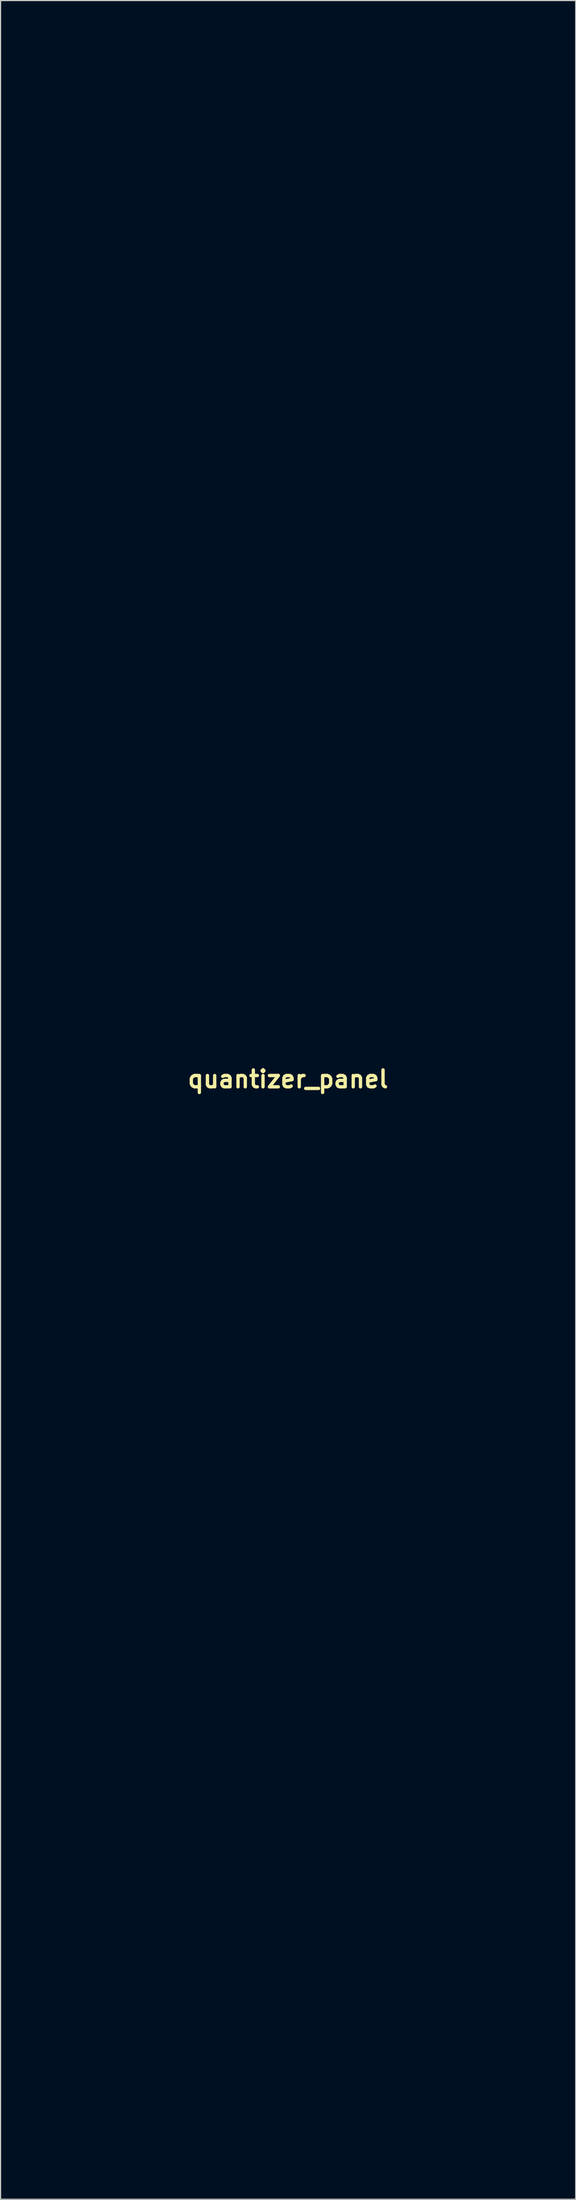
<source format=kicad_pcb>
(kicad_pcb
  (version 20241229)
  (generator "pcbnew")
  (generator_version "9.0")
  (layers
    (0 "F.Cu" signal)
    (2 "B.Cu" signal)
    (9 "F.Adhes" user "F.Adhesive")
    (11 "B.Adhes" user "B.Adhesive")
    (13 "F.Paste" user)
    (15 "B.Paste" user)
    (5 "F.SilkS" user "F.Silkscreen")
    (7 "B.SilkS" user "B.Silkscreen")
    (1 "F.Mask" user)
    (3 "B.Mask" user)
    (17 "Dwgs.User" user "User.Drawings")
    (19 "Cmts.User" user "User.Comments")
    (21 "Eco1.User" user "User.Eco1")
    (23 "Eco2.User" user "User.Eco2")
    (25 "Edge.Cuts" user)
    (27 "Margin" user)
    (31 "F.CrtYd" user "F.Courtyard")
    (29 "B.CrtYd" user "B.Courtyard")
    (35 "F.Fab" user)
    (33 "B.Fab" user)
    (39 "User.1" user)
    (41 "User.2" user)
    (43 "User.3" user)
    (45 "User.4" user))
  (footprint "quantizer_panel"
    (layer "F.Cu")
    (at 22.894 94.065)
    (property "Reference" "quantizer_panel" (at 0 0 0) (layer "F.SilkS") (effects (font (size 1.524 1.524) (thickness 0.3))))
    (attr board_only exclude_from_pos_files exclude_from_bom)
    (fp_poly (pts (xy -5.653 -71.515) (xy -5.578 -71.443) (xy -5.56 -71.413) (xy -5.533 -71.314) (xy -5.55 -71.222) (xy -5.605 -71.146) (xy -5.691 -71.098) (xy -5.779 -71.084) (xy -5.856 -71.095) (xy -5.915 -71.135) (xy -5.941 -71.163) (xy -5.996 -71.258) (xy -6.001 -71.352) (xy -5.956 -71.442) (xy -5.932 -71.468) (xy -5.841 -71.529) (xy -5.744 -71.544)) (stroke (width 0) (type solid)) (fill yes) (layer "F.Mask"))
    (fp_poly (pts (xy -3.534 -83.948) (xy -3.454 -83.888) (xy -3.451 -83.884) (xy -3.395 -83.788) (xy -3.39 -83.695) (xy -3.436 -83.605) (xy -3.459 -83.579) (xy -3.549 -83.52) (xy -3.65 -83.504) (xy -3.748 -83.532) (xy -3.75 -83.533) (xy -3.791 -83.575) (xy -3.83 -83.639) (xy -3.833 -83.647) (xy -3.852 -83.746) (xy -3.831 -83.833) (xy -3.779 -83.903) (xy -3.706 -83.95) (xy -3.621 -83.967)) (stroke (width 0) (type solid)) (fill yes) (layer "F.Mask"))
    (fp_poly (pts (xy 15.119 -71.059) (xy 15.145 -71.035) (xy 15.206 -70.945) (xy 15.222 -70.85) (xy 15.195 -70.76) (xy 15.126 -70.688) (xy 15.078 -70.662) (xy 15.02 -70.64) (xy 14.987 -70.63) (xy 14.985 -70.63) (xy 14.957 -70.637) (xy 14.921 -70.644) (xy 14.849 -70.682) (xy 14.793 -70.755) (xy 14.764 -70.848) (xy 14.762 -70.882) (xy 14.772 -70.959) (xy 14.812 -71.019) (xy 14.84 -71.044) (xy 14.936 -71.1) (xy 15.029 -71.105)) (stroke (width 0) (type solid)) (fill yes) (layer "F.Mask"))
    (fp_poly (pts (xy 4.556 97.35) (xy 3.976 97.35) (xy 3.957 96.898) (xy 3.953 96.781) (xy 3.951 96.633) (xy 3.95 96.461) (xy 3.95 96.272) (xy 3.951 96.072) (xy 3.953 95.868) (xy 3.956 95.666) (xy 3.959 95.474) (xy 3.964 95.297) (xy 3.968 95.143) (xy 3.973 95.018) (xy 3.979 94.928) (xy 3.984 94.881) (xy 3.986 94.876) (xy 4.015 94.868) (xy 4.084 94.861) (xy 4.182 94.857) (xy 4.277 94.856) (xy 4.556 94.856)) (stroke (width 0) (type solid)) (fill yes) (layer "F.Mask"))
    (fp_poly (pts (xy 17.184 -84.062) (xy 17.207 -84.041) (xy 17.281 -83.966) (xy 17.281 -81.605) (xy 17.358 -81.532) (xy 17.414 -81.452) (xy 17.436 -81.362) (xy 17.422 -81.279) (xy 17.387 -81.23) (xy 17.312 -81.193) (xy 17.218 -81.192) (xy 17.123 -81.225) (xy 17.078 -81.255) (xy 17.015 -81.322) (xy 16.955 -81.405) (xy 16.943 -81.427) (xy 16.93 -81.452) (xy 16.919 -81.478) (xy 16.91 -81.509) (xy 16.903 -81.549) (xy 16.898 -81.605) (xy 16.894 -81.679) (xy 16.891 -81.777) (xy 16.889 -81.903) (xy 16.888 -82.062) (xy 16.887 -82.258) (xy 16.887 -82.497) (xy 16.887 -82.762) (xy 16.887 -83.992) (xy 16.958 -84.054) (xy 17.037 -84.104) (xy 17.11 -84.107)) (stroke (width 0) (type solid)) (fill yes) (layer "F.Mask"))
    (fp_poly (pts (xy -13.862 37.422) (xy -13.83 37.435) (xy -13.802 37.448) (xy -13.778 37.465) (xy -13.758 37.488) (xy -13.741 37.523) (xy -13.727 37.571) (xy -13.717 37.637) (xy -13.708 37.725) (xy -13.702 37.837) (xy -13.698 37.979) (xy -13.695 38.152) (xy -13.693 38.362) (xy -13.693 38.61) (xy -13.693 38.902) (xy -13.693 39.241) (xy -13.693 39.306) (xy -13.693 39.65) (xy -13.694 39.963) (xy -13.696 40.242) (xy -13.698 40.485) (xy -13.701 40.689) (xy -13.705 40.851) (xy -13.709 40.97) (xy -13.714 41.042) (xy -13.717 41.063) (xy -13.761 41.126) (xy -13.834 41.183) (xy -13.913 41.221) (xy -13.96 41.229) (xy -14.027 41.217) (xy -14.062 41.206) (xy -14.114 41.173) (xy -14.171 41.122) (xy -14.176 41.117) (xy -14.24 41.048) (xy -14.24 37.569) (xy -14.166 37.492) (xy -14.071 37.42) (xy -13.97 37.397)) (stroke (width 0) (type solid)) (fill yes) (layer "F.Mask"))
    (fp_poly (pts (xy 15.089 -70.396) (xy 15.121 -70.374) (xy 15.181 -70.325) (xy 15.181 -69.395) (xy 15.181 -69.152) (xy 15.181 -68.956) (xy 15.18 -68.8) (xy 15.178 -68.679) (xy 15.175 -68.589) (xy 15.17 -68.525) (xy 15.164 -68.48) (xy 15.155 -68.451) (xy 15.145 -68.431) (xy 15.132 -68.417) (xy 15.131 -68.415) (xy 15.044 -68.359) (xy 14.954 -68.352) (xy 14.923 -68.361) (xy 14.889 -68.376) (xy 14.86 -68.394) (xy 14.838 -68.42) (xy 14.821 -68.459) (xy 14.808 -68.516) (xy 14.799 -68.595) (xy 14.793 -68.703) (xy 14.789 -68.844) (xy 14.788 -69.022) (xy 14.787 -69.244) (xy 14.787 -69.394) (xy 14.787 -69.631) (xy 14.788 -69.823) (xy 14.789 -69.974) (xy 14.791 -70.091) (xy 14.794 -70.178) (xy 14.799 -70.241) (xy 14.806 -70.285) (xy 14.815 -70.315) (xy 14.827 -70.338) (xy 14.84 -70.356) (xy 14.911 -70.409) (xy 14.999 -70.422)) (stroke (width 0) (type solid)) (fill yes) (layer "F.Mask"))
    (fp_poly (pts (xy -5.657 -70.825) (xy -5.626 -70.8) (xy -5.612 -70.783) (xy -5.601 -70.763) (xy -5.592 -70.734) (xy -5.586 -70.691) (xy -5.581 -70.628) (xy -5.578 -70.541) (xy -5.576 -70.423) (xy -5.574 -70.271) (xy -5.574 -70.079) (xy -5.574 -69.841) (xy -5.574 -68.904) (xy -5.633 -68.849) (xy -5.712 -68.804) (xy -5.802 -68.797) (xy -5.884 -68.827) (xy -5.905 -68.845) (xy -5.918 -68.86) (xy -5.929 -68.879) (xy -5.937 -68.908) (xy -5.944 -68.952) (xy -5.948 -69.015) (xy -5.952 -69.103) (xy -5.954 -69.221) (xy -5.955 -69.375) (xy -5.955 -69.568) (xy -5.956 -69.808) (xy -5.956 -69.825) (xy -5.955 -70.067) (xy -5.955 -70.263) (xy -5.954 -70.419) (xy -5.952 -70.539) (xy -5.949 -70.629) (xy -5.944 -70.694) (xy -5.938 -70.739) (xy -5.929 -70.768) (xy -5.919 -70.788) (xy -5.906 -70.803) (xy -5.905 -70.804) (xy -5.83 -70.847) (xy -5.74 -70.854)) (stroke (width 0) (type solid)) (fill yes) (layer "F.Mask"))
    (fp_poly (pts (xy 6.948 95.435) (xy 6.869 95.45) (xy 6.809 95.457) (xy 6.715 95.463) (xy 6.599 95.466) (xy 6.525 95.466) (xy 6.261 95.466) (xy 6.257 95.778) (xy 6.256 95.896) (xy 6.253 96.053) (xy 6.249 96.236) (xy 6.245 96.433) (xy 6.24 96.632) (xy 6.238 96.713) (xy 6.223 97.337) (xy 5.938 97.344) (xy 5.819 97.345) (xy 5.722 97.342) (xy 5.659 97.335) (xy 5.639 97.327) (xy 5.635 97.297) (xy 5.631 97.222) (xy 5.626 97.107) (xy 5.621 96.96) (xy 5.616 96.785) (xy 5.611 96.589) (xy 5.608 96.397) (xy 5.602 96.128) (xy 5.596 95.907) (xy 5.589 95.735) (xy 5.582 95.61) (xy 5.575 95.53) (xy 5.566 95.493) (xy 5.563 95.49) (xy 5.347 95.477) (xy 5.174 95.462) (xy 5.046 95.446) (xy 4.965 95.428) (xy 4.935 95.412) (xy 4.926 95.373) (xy 4.918 95.296) (xy 4.913 95.193) (xy 4.912 95.116) (xy 4.912 94.856) (xy 6.948 94.856)) (stroke (width 0) (type solid)) (fill yes) (layer "F.Mask"))
    (fp_poly (pts (xy 11.394 37.609) (xy 11.451 37.634) (xy 11.506 37.687) (xy 11.58 37.77) (xy 11.58 39.507) (xy 11.58 39.855) (xy 11.58 40.156) (xy 11.58 40.414) (xy 11.579 40.631) (xy 11.577 40.811) (xy 11.573 40.958) (xy 11.568 41.077) (xy 11.561 41.169) (xy 11.551 41.239) (xy 11.539 41.29) (xy 11.524 41.326) (xy 11.506 41.351) (xy 11.484 41.368) (xy 11.459 41.38) (xy 11.429 41.392) (xy 11.412 41.399) (xy 11.346 41.424) (xy 11.3 41.43) (xy 11.25 41.415) (xy 11.208 41.397) (xy 11.177 41.385) (xy 11.15 41.373) (xy 11.127 41.358) (xy 11.108 41.337) (xy 11.092 41.307) (xy 11.079 41.263) (xy 11.069 41.202) (xy 11.061 41.12) (xy 11.055 41.014) (xy 11.051 40.881) (xy 11.048 40.716) (xy 11.046 40.516) (xy 11.046 40.278) (xy 11.046 39.997) (xy 11.046 39.671) (xy 11.046 39.507) (xy 11.046 37.77) (xy 11.12 37.687) (xy 11.176 37.633) (xy 11.232 37.609) (xy 11.313 37.604)) (stroke (width 0) (type solid)) (fill yes) (layer "F.Mask"))
    (fp_poly (pts (xy 1.303 -23.455) (xy 1.351 -23.417) (xy 1.425 -23.342) (xy 1.425 -20.641) (xy 2.269 -20.641) (xy 2.343 -20.566) (xy 2.404 -20.476) (xy 2.42 -20.379) (xy 2.391 -20.288) (xy 2.321 -20.213) (xy 2.291 -20.196) (xy 2.255 -20.182) (xy 2.202 -20.172) (xy 2.126 -20.165) (xy 2.02 -20.161) (xy 1.876 -20.159) (xy 1.688 -20.159) (xy 1.687 -20.159) (xy 1.525 -20.16) (xy 1.379 -20.163) (xy 1.255 -20.168) (xy 1.164 -20.173) (xy 1.112 -20.18) (xy 1.107 -20.181) (xy 1.052 -20.216) (xy 1.005 -20.259) (xy 0.995 -20.272) (xy 0.985 -20.289) (xy 0.978 -20.313) (xy 0.971 -20.349) (xy 0.966 -20.401) (xy 0.962 -20.472) (xy 0.958 -20.566) (xy 0.956 -20.689) (xy 0.954 -20.842) (xy 0.952 -21.032) (xy 0.95 -21.261) (xy 0.949 -21.533) (xy 0.947 -21.795) (xy 0.946 -22.137) (xy 0.946 -22.43) (xy 0.946 -22.678) (xy 0.948 -22.883) (xy 0.95 -23.047) (xy 0.954 -23.173) (xy 0.959 -23.263) (xy 0.964 -23.321) (xy 0.97 -23.345) (xy 1.03 -23.433) (xy 1.113 -23.482) (xy 1.208 -23.49)) (stroke (width 0) (type solid)) (fill yes) (layer "F.Mask"))
    (fp_poly (pts (xy -6.562 -58.25) (xy -6.437 -58.24) (xy -6.328 -58.226) (xy -6.254 -58.209) (xy -6.248 -58.207) (xy -6.143 -58.149) (xy -6.079 -58.075) (xy -6.059 -57.992) (xy -6.084 -57.907) (xy -6.122 -57.859) (xy -6.178 -57.815) (xy -6.233 -57.806) (xy -6.269 -57.811) (xy -6.337 -57.823) (xy -6.434 -57.834) (xy -6.522 -57.842) (xy -6.694 -57.854) (xy -6.694 -57.079) (xy -6.694 -56.857) (xy -6.695 -56.681) (xy -6.697 -56.545) (xy -6.7 -56.443) (xy -6.704 -56.369) (xy -6.711 -56.318) (xy -6.719 -56.283) (xy -6.731 -56.26) (xy -6.738 -56.25) (xy -6.814 -56.197) (xy -6.907 -56.182) (xy -6.966 -56.195) (xy -7.022 -56.235) (xy -7.048 -56.269) (xy -7.056 -56.311) (xy -7.063 -56.403) (xy -7.069 -56.543) (xy -7.072 -56.732) (xy -7.075 -56.967) (xy -7.075 -57.225) (xy -7.075 -57.464) (xy -7.075 -57.657) (xy -7.073 -57.81) (xy -7.071 -57.927) (xy -7.068 -58.015) (xy -7.063 -58.077) (xy -7.056 -58.12) (xy -7.048 -58.148) (xy -7.037 -58.167) (xy -7.026 -58.179) (xy -6.967 -58.218) (xy -6.89 -58.245) (xy -6.882 -58.246) (xy -6.801 -58.254) (xy -6.689 -58.255)) (stroke (width 0) (type solid)) (fill yes) (layer "F.Mask"))
    (fp_poly (pts (xy -3.523 -83.261) (xy -3.48 -83.23) (xy -3.47 -83.218) (xy -3.461 -83.199) (xy -3.454 -83.168) (xy -3.449 -83.121) (xy -3.444 -83.053) (xy -3.441 -82.961) (xy -3.439 -82.839) (xy -3.437 -82.683) (xy -3.436 -82.489) (xy -3.436 -82.253) (xy -3.436 -82.011) (xy -3.436 -80.83) (xy -3.498 -80.707) (xy -3.59 -80.572) (xy -3.708 -80.465) (xy -3.805 -80.411) (xy -3.914 -80.377) (xy -4.018 -80.362) (xy -4.1 -80.369) (xy -4.111 -80.373) (xy -4.189 -80.428) (xy -4.229 -80.505) (xy -4.229 -80.591) (xy -4.187 -80.673) (xy -4.164 -80.696) (xy -4.1 -80.737) (xy -4.039 -80.756) (xy -4.035 -80.756) (xy -3.944 -80.769) (xy -3.883 -80.815) (xy -3.855 -80.859) (xy -3.846 -80.884) (xy -3.838 -80.924) (xy -3.832 -80.981) (xy -3.827 -81.062) (xy -3.823 -81.171) (xy -3.82 -81.311) (xy -3.819 -81.488) (xy -3.817 -81.706) (xy -3.817 -81.969) (xy -3.817 -82.046) (xy -3.816 -82.333) (xy -3.815 -82.573) (xy -3.813 -82.769) (xy -3.809 -82.924) (xy -3.805 -83.041) (xy -3.8 -83.124) (xy -3.793 -83.176) (xy -3.785 -83.201) (xy -3.785 -83.201) (xy -3.706 -83.268) (xy -3.616 -83.288)) (stroke (width 0) (type solid)) (fill yes) (layer "F.Mask"))
    (fp_poly (pts (xy -1.06 11.355) (xy -0.966 11.402) (xy -0.94 11.425) (xy -0.865 11.5) (xy -0.865 13.017) (xy -0.865 13.343) (xy -0.865 13.622) (xy -0.866 13.857) (xy -0.868 14.053) (xy -0.871 14.214) (xy -0.875 14.342) (xy -0.882 14.443) (xy -0.89 14.519) (xy -0.902 14.575) (xy -0.917 14.614) (xy -0.935 14.64) (xy -0.957 14.657) (xy -0.983 14.669) (xy -1.013 14.68) (xy -1.024 14.683) (xy -1.085 14.703) (xy -1.124 14.706) (xy -1.166 14.694) (xy -1.186 14.686) (xy -1.24 14.651) (xy -1.293 14.596) (xy -1.294 14.595) (xy -1.306 14.58) (xy -1.316 14.562) (xy -1.324 14.539) (xy -1.33 14.506) (xy -1.336 14.459) (xy -1.34 14.394) (xy -1.343 14.307) (xy -1.346 14.194) (xy -1.347 14.051) (xy -1.348 13.874) (xy -1.349 13.659) (xy -1.349 13.402) (xy -1.349 13.098) (xy -1.349 13.039) (xy -1.349 12.72) (xy -1.348 12.449) (xy -1.347 12.221) (xy -1.346 12.032) (xy -1.344 11.878) (xy -1.341 11.756) (xy -1.337 11.661) (xy -1.332 11.59) (xy -1.327 11.539) (xy -1.32 11.504) (xy -1.312 11.481) (xy -1.31 11.478) (xy -1.243 11.395) (xy -1.156 11.353)) (stroke (width 0) (type solid)) (fill yes) (layer "F.Mask"))
    (fp_poly (pts (xy 4.261 -23.387) (xy 4.316 -23.291) (xy 4.324 -23.193) (xy 4.285 -23.103) (xy 4.263 -23.078) (xy 4.223 -23.044) (xy 4.177 -23.019) (xy 4.117 -23.001) (xy 4.034 -22.99) (xy 3.92 -22.985) (xy 3.767 -22.982) (xy 3.687 -22.982) (xy 3.334 -22.982) (xy 3.334 -22.117) (xy 3.679 -22.117) (xy 3.851 -22.114) (xy 3.979 -22.105) (xy 4.072 -22.087) (xy 4.136 -22.06) (xy 4.18 -22.02) (xy 4.199 -21.991) (xy 4.226 -21.89) (xy 4.206 -21.789) (xy 4.15 -21.708) (xy 4.076 -21.633) (xy 3.334 -21.633) (xy 3.334 -20.641) (xy 4.178 -20.641) (xy 4.252 -20.566) (xy 4.313 -20.476) (xy 4.328 -20.379) (xy 4.3 -20.288) (xy 4.23 -20.213) (xy 4.2 -20.196) (xy 4.164 -20.182) (xy 4.112 -20.172) (xy 4.035 -20.165) (xy 3.929 -20.16) (xy 3.785 -20.158) (xy 3.598 -20.157) (xy 3.578 -20.157) (xy 3.029 -20.157) (xy 2.863 -20.306) (xy 2.863 -23.343) (xy 2.935 -23.404) (xy 2.958 -23.424) (xy 2.983 -23.439) (xy 3.016 -23.45) (xy 3.063 -23.457) (xy 3.131 -23.462) (xy 3.228 -23.464) (xy 3.359 -23.465) (xy 3.533 -23.466) (xy 3.6 -23.466) (xy 4.195 -23.466)) (stroke (width 0) (type solid)) (fill yes) (layer "F.Mask"))
    (fp_poly (pts (xy 16.54 62.293) (xy 16.611 62.381) (xy 16.637 62.484) (xy 16.616 62.589) (xy 16.609 62.605) (xy 16.57 62.669) (xy 16.524 62.714) (xy 16.462 62.741) (xy 16.373 62.756) (xy 16.247 62.762) (xy 16.182 62.762) (xy 15.908 62.762) (xy 15.894 65.871) (xy 15.811 65.945) (xy 15.715 66.003) (xy 15.609 66.021) (xy 15.509 65.997) (xy 15.48 65.98) (xy 15.453 65.961) (xy 15.43 65.942) (xy 15.41 65.918) (xy 15.394 65.887) (xy 15.381 65.843) (xy 15.371 65.784) (xy 15.363 65.705) (xy 15.357 65.603) (xy 15.352 65.473) (xy 15.35 65.311) (xy 15.348 65.114) (xy 15.347 64.878) (xy 15.347 64.599) (xy 15.347 64.278) (xy 15.347 62.762) (xy 15.073 62.762) (xy 14.926 62.759) (xy 14.821 62.748) (xy 14.748 62.724) (xy 14.697 62.685) (xy 14.659 62.626) (xy 14.643 62.591) (xy 14.623 62.482) (xy 14.65 62.377) (xy 14.718 62.287) (xy 14.729 62.279) (xy 14.749 62.265) (xy 14.772 62.253) (xy 14.806 62.245) (xy 14.854 62.238) (xy 14.924 62.234) (xy 15.019 62.231) (xy 15.146 62.229) (xy 15.31 62.228) (xy 15.518 62.227) (xy 15.628 62.227) (xy 16.463 62.227)) (stroke (width 0) (type solid)) (fill yes) (layer "F.Mask"))
    (fp_poly (pts (xy -8.622 -59.073) (xy -8.595 -59.05) (xy -8.572 -59.024) (xy -8.557 -58.992) (xy -8.546 -58.945) (xy -8.539 -58.874) (xy -8.534 -58.769) (xy -8.53 -58.629) (xy -8.521 -58.264) (xy -8.349 -58.25) (xy -8.152 -58.215) (xy -7.991 -58.146) (xy -7.86 -58.039) (xy -7.757 -57.893) (xy -7.754 -57.888) (xy -7.738 -57.856) (xy -7.725 -57.821) (xy -7.715 -57.777) (xy -7.708 -57.719) (xy -7.702 -57.639) (xy -7.698 -57.532) (xy -7.695 -57.39) (xy -7.693 -57.208) (xy -7.691 -57.076) (xy -7.689 -56.849) (xy -7.689 -56.666) (xy -7.691 -56.524) (xy -7.697 -56.416) (xy -7.707 -56.337) (xy -7.722 -56.282) (xy -7.742 -56.244) (xy -7.769 -56.218) (xy -7.802 -56.2) (xy -7.804 -56.199) (xy -7.879 -56.173) (xy -7.939 -56.183) (xy -7.999 -56.222) (xy -8.065 -56.273) (xy -8.081 -57.727) (xy -8.152 -57.789) (xy -8.206 -57.826) (xy -8.27 -57.844) (xy -8.362 -57.85) (xy -8.374 -57.85) (xy -8.524 -57.85) (xy -8.531 -57.071) (xy -8.539 -56.293) (xy -8.61 -56.232) (xy -8.69 -56.181) (xy -8.762 -56.178) (xy -8.837 -56.224) (xy -8.859 -56.245) (xy -8.933 -56.319) (xy -8.933 -58.967) (xy -8.874 -59.036) (xy -8.796 -59.093) (xy -8.708 -59.105)) (stroke (width 0) (type solid)) (fill yes) (layer "F.Mask"))
    (fp_poly (pts (xy 3.337 -93.989) (xy 3.434 -93.986) (xy 3.498 -93.979) (xy 3.539 -93.968) (xy 3.565 -93.951) (xy 3.572 -93.944) (xy 3.58 -93.931) (xy 3.588 -93.91) (xy 3.594 -93.878) (xy 3.599 -93.83) (xy 3.603 -93.763) (xy 3.606 -93.674) (xy 3.609 -93.557) (xy 3.611 -93.411) (xy 3.612 -93.231) (xy 3.613 -93.014) (xy 3.614 -92.755) (xy 3.614 -92.451) (xy 3.614 -92.244) (xy 3.614 -91.892) (xy 3.613 -91.588) (xy 3.612 -91.33) (xy 3.61 -91.114) (xy 3.607 -90.938) (xy 3.604 -90.799) (xy 3.6 -90.695) (xy 3.595 -90.622) (xy 3.59 -90.578) (xy 3.583 -90.559) (xy 3.545 -90.545) (xy 3.462 -90.536) (xy 3.332 -90.53) (xy 3.194 -90.529) (xy 3.025 -90.531) (xy 2.905 -90.537) (xy 2.831 -90.548) (xy 2.805 -90.559) (xy 2.798 -90.578) (xy 2.793 -90.624) (xy 2.788 -90.697) (xy 2.784 -90.803) (xy 2.781 -90.943) (xy 2.778 -91.12) (xy 2.776 -91.336) (xy 2.775 -91.596) (xy 2.774 -91.901) (xy 2.774 -92.248) (xy 2.774 -92.58) (xy 2.774 -92.864) (xy 2.775 -93.105) (xy 2.776 -93.307) (xy 2.777 -93.472) (xy 2.779 -93.605) (xy 2.782 -93.71) (xy 2.785 -93.789) (xy 2.79 -93.848) (xy 2.795 -93.889) (xy 2.802 -93.917) (xy 2.809 -93.934) (xy 2.818 -93.946) (xy 2.821 -93.948) (xy 2.849 -93.966) (xy 2.893 -93.978) (xy 2.963 -93.986) (xy 3.066 -93.989) (xy 3.199 -93.99)) (stroke (width 0) (type solid)) (fill yes) (layer "F.Mask"))
    (fp_poly (pts (xy -10.27 62.104) (xy -10.048 62.105) (xy -10.003 62.106) (xy -9.191 62.113) (xy -9.113 62.188) (xy -9.062 62.247) (xy -9.039 62.309) (xy -9.035 62.38) (xy -9.042 62.464) (xy -9.069 62.524) (xy -9.113 62.573) (xy -9.15 62.606) (xy -9.186 62.628) (xy -9.233 62.641) (xy -9.302 62.649) (xy -9.405 62.654) (xy -9.469 62.656) (xy -9.746 62.665) (xy -9.753 64.196) (xy -9.755 64.522) (xy -9.756 64.8) (xy -9.758 65.036) (xy -9.76 65.232) (xy -9.764 65.393) (xy -9.769 65.521) (xy -9.775 65.623) (xy -9.784 65.7) (xy -9.796 65.757) (xy -9.81 65.797) (xy -9.828 65.825) (xy -9.849 65.845) (xy -9.874 65.86) (xy -9.904 65.874) (xy -9.917 65.88) (xy -10.009 65.912) (xy -10.087 65.909) (xy -10.174 65.867) (xy -10.175 65.867) (xy -10.237 65.816) (xy -10.28 65.758) (xy -10.283 65.751) (xy -10.288 65.711) (xy -10.293 65.624) (xy -10.297 65.491) (xy -10.3 65.317) (xy -10.303 65.103) (xy -10.306 64.853) (xy -10.307 64.57) (xy -10.308 64.256) (xy -10.308 64.173) (xy -10.308 62.66) (xy -10.563 62.66) (xy -10.714 62.656) (xy -10.82 62.644) (xy -10.89 62.624) (xy -10.894 62.622) (xy -10.969 62.56) (xy -11.024 62.472) (xy -11.046 62.38) (xy -11.046 62.38) (xy -11.024 62.288) (xy -10.968 62.2) (xy -10.892 62.138) (xy -10.864 62.127) (xy -10.825 62.118) (xy -10.77 62.111) (xy -10.692 62.107) (xy -10.586 62.104) (xy -10.447 62.103)) (stroke (width 0) (type solid)) (fill yes) (layer "F.Mask"))
    (fp_poly (pts (xy 0.673 91.677) (xy 0.86 91.679) (xy 1.03 91.684) (xy 1.176 91.69) (xy 1.292 91.698) (xy 1.369 91.707) (xy 1.402 91.717) (xy 1.428 91.771) (xy 1.444 91.864) (xy 1.447 91.984) (xy 1.439 92.118) (xy 1.421 92.285) (xy 1.277 92.286) (xy 1.177 92.289) (xy 1.065 92.298) (xy 0.956 92.31) (xy 0.861 92.324) (xy 0.794 92.338) (xy 0.768 92.348) (xy 0.763 92.377) (xy 0.759 92.451) (xy 0.754 92.563) (xy 0.749 92.709) (xy 0.744 92.882) (xy 0.74 93.077) (xy 0.736 93.258) (xy 0.732 93.495) (xy 0.729 93.687) (xy 0.725 93.838) (xy 0.721 93.953) (xy 0.716 94.038) (xy 0.71 94.098) (xy 0.702 94.138) (xy 0.693 94.163) (xy 0.681 94.178) (xy 0.674 94.184) (xy 0.621 94.204) (xy 0.523 94.216) (xy 0.38 94.219) (xy 0.134 94.219) (xy 0.118 94.086) (xy 0.114 94.025) (xy 0.11 93.921) (xy 0.107 93.783) (xy 0.104 93.619) (xy 0.102 93.436) (xy 0.102 93.243) (xy 0.102 93.239) (xy 0.101 93.049) (xy 0.099 92.871) (xy 0.097 92.713) (xy 0.094 92.583) (xy 0.09 92.488) (xy 0.086 92.435) (xy 0.086 92.434) (xy 0.078 92.395) (xy 0.065 92.367) (xy 0.04 92.347) (xy -0.006 92.332) (xy -0.08 92.32) (xy -0.188 92.309) (xy -0.339 92.298) (xy -0.363 92.296) (xy -0.585 92.279) (xy -0.585 91.705) (xy -0.112 91.686) (xy 0.076 91.681) (xy 0.274 91.677) (xy 0.475 91.676)) (stroke (width 0) (type solid)) (fill yes) (layer "F.Mask"))
    (fp_poly (pts (xy -14.832 62.115) (xy -14.631 62.184) (xy -14.455 62.297) (xy -14.306 62.451) (xy -14.196 62.63) (xy -14.113 62.799) (xy -14.113 65.194) (xy -14.196 65.363) (xy -14.311 65.543) (xy -14.459 65.692) (xy -14.633 65.805) (xy -14.825 65.879) (xy -15.027 65.91) (xy -15.234 65.895) (xy -15.286 65.883) (xy -15.48 65.809) (xy -15.655 65.691) (xy -15.805 65.536) (xy -15.921 65.352) (xy -15.928 65.337) (xy -15.996 65.192) (xy -15.996 63.998) (xy -15.449 63.998) (xy -15.449 64.263) (xy -15.448 64.482) (xy -15.448 64.66) (xy -15.446 64.801) (xy -15.444 64.91) (xy -15.44 64.993) (xy -15.435 65.053) (xy -15.429 65.097) (xy -15.42 65.128) (xy -15.41 65.151) (xy -15.397 65.172) (xy -15.391 65.18) (xy -15.296 65.278) (xy -15.175 65.338) (xy -15.041 65.356) (xy -14.905 65.33) (xy -14.872 65.316) (xy -14.799 65.267) (xy -14.733 65.198) (xy -14.722 65.183) (xy -14.66 65.092) (xy -14.66 64.013) (xy -14.66 63.746) (xy -14.661 63.525) (xy -14.662 63.345) (xy -14.664 63.202) (xy -14.667 63.09) (xy -14.672 63.005) (xy -14.678 62.943) (xy -14.685 62.898) (xy -14.694 62.865) (xy -14.701 62.848) (xy -14.775 62.744) (xy -14.877 62.675) (xy -14.995 62.641) (xy -15.12 62.643) (xy -15.239 62.681) (xy -15.342 62.756) (xy -15.387 62.81) (xy -15.449 62.901) (xy -15.449 63.998) (xy -15.996 63.998) (xy -15.996 62.799) (xy -15.913 62.63) (xy -15.793 62.439) (xy -15.642 62.288) (xy -15.464 62.178) (xy -15.262 62.112) (xy -15.054 62.092)) (stroke (width 0) (type solid)) (fill yes) (layer "F.Mask"))
    (fp_poly (pts (xy -4.908 -83.263) (xy -4.756 -83.196) (xy -4.627 -83.091) (xy -4.531 -82.953) (xy -4.489 -82.849) (xy -4.477 -82.794) (xy -4.468 -82.713) (xy -4.461 -82.601) (xy -4.457 -82.453) (xy -4.455 -82.264) (xy -4.454 -82.051) (xy -4.454 -81.369) (xy -4.515 -81.298) (xy -4.545 -81.266) (xy -4.575 -81.246) (xy -4.617 -81.233) (xy -4.682 -81.227) (xy -4.781 -81.224) (xy -4.853 -81.223) (xy -4.973 -81.222) (xy -5.081 -81.224) (xy -5.162 -81.227) (xy -5.195 -81.231) (xy -5.301 -81.267) (xy -5.416 -81.335) (xy -5.522 -81.423) (xy -5.604 -81.519) (xy -5.611 -81.53) (xy -5.654 -81.606) (xy -5.677 -81.674) (xy -5.686 -81.755) (xy -5.687 -81.821) (xy -5.307 -81.821) (xy -5.28 -81.732) (xy -5.212 -81.666) (xy -5.105 -81.629) (xy -5.01 -81.621) (xy -4.861 -81.621) (xy -4.861 -82.079) (xy -4.99 -82.079) (xy -5.125 -82.064) (xy -5.224 -82.018) (xy -5.283 -81.945) (xy -5.288 -81.931) (xy -5.307 -81.821) (xy -5.687 -81.821) (xy -5.688 -81.835) (xy -5.665 -82.018) (xy -5.6 -82.174) (xy -5.498 -82.299) (xy -5.361 -82.391) (xy -5.193 -82.445) (xy -5.033 -82.46) (xy -4.861 -82.461) (xy -4.861 -82.622) (xy -4.864 -82.717) (xy -4.876 -82.777) (xy -4.902 -82.82) (xy -4.92 -82.838) (xy -5.002 -82.883) (xy -5.1 -82.891) (xy -5.195 -82.862) (xy -5.224 -82.843) (xy -5.316 -82.796) (xy -5.408 -82.794) (xy -5.489 -82.834) (xy -5.536 -82.895) (xy -5.556 -82.981) (xy -5.531 -83.065) (xy -5.468 -83.143) (xy -5.376 -83.21) (xy -5.259 -83.258) (xy -5.125 -83.283) (xy -5.077 -83.286)) (stroke (width 0) (type solid)) (fill yes) (layer "F.Mask"))
    (fp_poly (pts (xy -4.576 -70.854) (xy -4.468 -70.851) (xy -4.331 -70.846) (xy -4.233 -70.839) (xy -4.16 -70.827) (xy -4.099 -70.808) (xy -4.039 -70.78) (xy -4.033 -70.778) (xy -3.912 -70.693) (xy -3.807 -70.579) (xy -3.734 -70.452) (xy -3.717 -70.403) (xy -3.709 -70.35) (xy -3.703 -70.253) (xy -3.698 -70.119) (xy -3.694 -69.953) (xy -3.691 -69.764) (xy -3.691 -69.606) (xy -3.691 -69.399) (xy -3.691 -69.237) (xy -3.693 -69.114) (xy -3.695 -69.023) (xy -3.7 -68.959) (xy -3.707 -68.916) (xy -3.717 -68.888) (xy -3.731 -68.868) (xy -3.748 -68.851) (xy -3.749 -68.849) (xy -3.829 -68.804) (xy -3.919 -68.797) (xy -4.001 -68.827) (xy -4.021 -68.845) (xy -4.036 -68.862) (xy -4.048 -68.885) (xy -4.057 -68.919) (xy -4.064 -68.97) (xy -4.068 -69.044) (xy -4.07 -69.148) (xy -4.072 -69.288) (xy -4.072 -69.469) (xy -4.072 -69.582) (xy -4.073 -69.81) (xy -4.076 -70.001) (xy -4.081 -70.152) (xy -4.088 -70.259) (xy -4.097 -70.319) (xy -4.099 -70.327) (xy -4.146 -70.393) (xy -4.222 -70.437) (xy -4.334 -70.462) (xy -4.381 -70.467) (xy -4.528 -70.48) (xy -4.536 -69.691) (xy -4.538 -69.468) (xy -4.54 -69.291) (xy -4.543 -69.154) (xy -4.547 -69.05) (xy -4.552 -68.975) (xy -4.559 -68.923) (xy -4.568 -68.888) (xy -4.579 -68.864) (xy -4.591 -68.847) (xy -4.662 -68.804) (xy -4.749 -68.793) (xy -4.833 -68.815) (xy -4.876 -68.847) (xy -4.889 -68.864) (xy -4.899 -68.886) (xy -4.907 -68.918) (xy -4.914 -68.966) (xy -4.918 -69.036) (xy -4.921 -69.131) (xy -4.923 -69.258) (xy -4.924 -69.421) (xy -4.925 -69.626) (xy -4.925 -69.817) (xy -4.925 -70.732) (xy -4.851 -70.796) (xy -4.818 -70.823) (xy -4.784 -70.84) (xy -4.74 -70.85) (xy -4.674 -70.854)) (stroke (width 0) (type solid)) (fill yes) (layer "F.Mask"))
    (fp_poly (pts (xy 14.068 -71.239) (xy 14.122 -71.169) (xy 14.13 -71.132) (xy 14.136 -71.053) (xy 14.141 -70.931) (xy 14.145 -70.765) (xy 14.148 -70.553) (xy 14.15 -70.294) (xy 14.151 -69.986) (xy 14.151 -69.797) (xy 14.151 -68.486) (xy 14.088 -68.424) (xy 14.059 -68.397) (xy 14.027 -68.379) (xy 13.982 -68.369) (xy 13.913 -68.364) (xy 13.811 -68.362) (xy 13.726 -68.362) (xy 13.571 -68.366) (xy 13.443 -68.376) (xy 13.352 -68.391) (xy 13.33 -68.397) (xy 13.175 -68.479) (xy 13.046 -68.601) (xy 12.987 -68.686) (xy 12.963 -68.729) (xy 12.945 -68.768) (xy 12.932 -68.812) (xy 12.923 -68.869) (xy 12.917 -68.947) (xy 12.913 -69.055) (xy 12.91 -69.2) (xy 12.908 -69.312) (xy 12.907 -69.385) (xy 13.311 -69.385) (xy 13.311 -69.212) (xy 13.312 -69.083) (xy 13.315 -68.99) (xy 13.32 -68.927) (xy 13.328 -68.885) (xy 13.341 -68.857) (xy 13.358 -68.837) (xy 13.368 -68.827) (xy 13.426 -68.781) (xy 13.484 -68.757) (xy 13.561 -68.749) (xy 13.629 -68.751) (xy 13.756 -68.756) (xy 13.763 -69.386) (xy 13.77 -70.015) (xy 13.603 -70.015) (xy 13.507 -70.013) (xy 13.444 -70.001) (xy 13.4 -69.977) (xy 13.373 -69.953) (xy 13.352 -69.93) (xy 13.336 -69.907) (xy 13.325 -69.874) (xy 13.318 -69.825) (xy 13.314 -69.752) (xy 13.312 -69.649) (xy 13.311 -69.507) (xy 13.311 -69.385) (xy 12.907 -69.385) (xy 12.906 -69.525) (xy 12.908 -69.7) (xy 12.915 -69.834) (xy 12.925 -69.921) (xy 12.928 -69.933) (xy 12.993 -70.099) (xy 13.097 -70.232) (xy 13.236 -70.331) (xy 13.41 -70.393) (xy 13.567 -70.416) (xy 13.769 -70.43) (xy 13.769 -70.804) (xy 13.77 -70.953) (xy 13.772 -71.059) (xy 13.778 -71.131) (xy 13.787 -71.176) (xy 13.802 -71.205) (xy 13.813 -71.217) (xy 13.9 -71.266) (xy 13.989 -71.273)) (stroke (width 0) (type solid)) (fill yes) (layer "F.Mask"))
    (fp_poly (pts (xy -2.521 -23.469) (xy -2.388 -23.439) (xy -2.271 -23.38) (xy -2.152 -23.286) (xy -2.117 -23.253) (xy -2.011 -23.137) (xy -1.951 -23.035) (xy -1.937 -22.941) (xy -1.967 -22.853) (xy -2.007 -22.799) (xy -2.067 -22.744) (xy -2.128 -22.722) (xy -2.178 -22.72) (xy -2.24 -22.728) (xy -2.294 -22.755) (xy -2.356 -22.81) (xy -2.384 -22.84) (xy -2.453 -22.907) (xy -2.52 -22.96) (xy -2.559 -22.983) (xy -2.69 -23.007) (xy -2.814 -22.984) (xy -2.924 -22.915) (xy -2.982 -22.849) (xy -3.041 -22.766) (xy -3.041 -21.824) (xy -3.041 -21.564) (xy -3.04 -21.351) (xy -3.038 -21.178) (xy -3.033 -21.041) (xy -3.024 -20.935) (xy -3.011 -20.855) (xy -2.993 -20.796) (xy -2.968 -20.754) (xy -2.937 -20.722) (xy -2.897 -20.696) (xy -2.849 -20.672) (xy -2.834 -20.664) (xy -2.721 -20.627) (xy -2.618 -20.632) (xy -2.515 -20.681) (xy -2.413 -20.771) (xy -2.301 -20.866) (xy -2.198 -20.914) (xy -2.106 -20.914) (xy -2.027 -20.866) (xy -1.984 -20.812) (xy -1.946 -20.732) (xy -1.94 -20.659) (xy -1.968 -20.579) (xy -2.017 -20.497) (xy -2.141 -20.355) (xy -2.297 -20.247) (xy -2.476 -20.176) (xy -2.666 -20.146) (xy -2.832 -20.157) (xy -3.017 -20.212) (xy -3.182 -20.311) (xy -3.305 -20.425) (xy -3.359 -20.485) (xy -3.402 -20.539) (xy -3.438 -20.595) (xy -3.465 -20.656) (xy -3.486 -20.729) (xy -3.502 -20.82) (xy -3.513 -20.934) (xy -3.52 -21.077) (xy -3.525 -21.255) (xy -3.529 -21.474) (xy -3.532 -21.69) (xy -3.534 -21.985) (xy -3.534 -22.237) (xy -3.531 -22.445) (xy -3.526 -22.607) (xy -3.518 -22.721) (xy -3.513 -22.757) (xy -3.459 -22.967) (xy -3.365 -23.144) (xy -3.232 -23.291) (xy -3.057 -23.408) (xy -3.031 -23.421) (xy -2.959 -23.451) (xy -2.884 -23.469) (xy -2.789 -23.477) (xy -2.685 -23.478)) (stroke (width 0) (type solid)) (fill yes) (layer "F.Mask"))
    (fp_poly (pts (xy -1.746 94.793) (xy -1.6 94.807) (xy -1.479 94.831) (xy -1.459 94.838) (xy -1.329 94.902) (xy -1.202 94.996) (xy -1.097 95.107) (xy -1.04 95.193) (xy -1.003 95.3) (xy -0.974 95.457) (xy -0.955 95.664) (xy -0.945 95.92) (xy -0.945 96.224) (xy -0.946 96.319) (xy -0.95 96.494) (xy -0.954 96.627) (xy -0.959 96.726) (xy -0.967 96.799) (xy -0.978 96.855) (xy -0.993 96.901) (xy -1.014 96.947) (xy -1.018 96.955) (xy -1.081 97.063) (xy -1.163 97.169) (xy -1.252 97.26) (xy -1.336 97.325) (xy -1.383 97.347) (xy -1.436 97.357) (xy -1.529 97.367) (xy -1.651 97.377) (xy -1.79 97.386) (xy -1.859 97.389) (xy -2.255 97.406) (xy -2.416 97.283) (xy -2.566 97.144) (xy -2.656 97.019) (xy -2.735 96.88) (xy -2.741 96.665) (xy -2.112 96.665) (xy -2.05 96.727) (xy -1.994 96.769) (xy -1.924 96.787) (xy -1.865 96.79) (xy -1.776 96.781) (xy -1.703 96.76) (xy -1.686 96.751) (xy -1.645 96.708) (xy -1.614 96.642) (xy -1.591 96.547) (xy -1.577 96.416) (xy -1.57 96.245) (xy -1.569 96.103) (xy -1.571 95.893) (xy -1.58 95.73) (xy -1.597 95.606) (xy -1.626 95.519) (xy -1.668 95.462) (xy -1.725 95.43) (xy -1.8 95.419) (xy -1.866 95.421) (xy -1.94 95.427) (xy -1.998 95.438) (xy -2.041 95.46) (xy -2.072 95.497) (xy -2.092 95.557) (xy -2.104 95.646) (xy -2.11 95.768) (xy -2.112 95.93) (xy -2.112 96.107) (xy -2.112 96.665) (xy -2.741 96.665) (xy -2.749 96.383) (xy -2.755 96.078) (xy -2.754 95.821) (xy -2.746 95.609) (xy -2.731 95.438) (xy -2.708 95.307) (xy -2.678 95.212) (xy -2.673 95.2) (xy -2.59 95.076) (xy -2.47 94.961) (xy -2.329 94.868) (xy -2.291 94.849) (xy -2.191 94.819) (xy -2.057 94.8) (xy -1.904 94.791)) (stroke (width 0) (type solid)) (fill yes) (layer "F.Mask"))
    (fp_poly (pts (xy 15.342 -84.072) (xy 15.365 -84.054) (xy 15.392 -84.029) (xy 15.412 -84.003) (xy 15.425 -83.967) (xy 15.433 -83.913) (xy 15.439 -83.831) (xy 15.442 -83.713) (xy 15.444 -83.624) (xy 15.452 -83.256) (xy 15.637 -83.245) (xy 15.832 -83.211) (xy 15.996 -83.14) (xy 16.127 -83.031) (xy 16.222 -82.886) (xy 16.25 -82.819) (xy 16.262 -82.76) (xy 16.272 -82.661) (xy 16.28 -82.531) (xy 16.285 -82.378) (xy 16.289 -82.209) (xy 16.291 -82.032) (xy 16.291 -81.856) (xy 16.288 -81.689) (xy 16.284 -81.538) (xy 16.277 -81.412) (xy 16.268 -81.318) (xy 16.257 -81.265) (xy 16.254 -81.259) (xy 16.187 -81.205) (xy 16.104 -81.181) (xy 16.021 -81.188) (xy 15.955 -81.227) (xy 15.941 -81.244) (xy 15.935 -81.277) (xy 15.929 -81.355) (xy 15.923 -81.469) (xy 15.917 -81.614) (xy 15.911 -81.783) (xy 15.907 -81.968) (xy 15.907 -81.994) (xy 15.903 -82.204) (xy 15.9 -82.369) (xy 15.896 -82.495) (xy 15.891 -82.588) (xy 15.885 -82.654) (xy 15.877 -82.7) (xy 15.867 -82.731) (xy 15.853 -82.753) (xy 15.836 -82.773) (xy 15.832 -82.777) (xy 15.791 -82.814) (xy 15.743 -82.834) (xy 15.672 -82.842) (xy 15.611 -82.843) (xy 15.451 -82.843) (xy 15.443 -82.067) (xy 15.441 -81.848) (xy 15.439 -81.673) (xy 15.436 -81.538) (xy 15.432 -81.437) (xy 15.427 -81.365) (xy 15.42 -81.315) (xy 15.412 -81.282) (xy 15.4 -81.26) (xy 15.386 -81.244) (xy 15.385 -81.243) (xy 15.298 -81.187) (xy 15.209 -81.179) (xy 15.178 -81.188) (xy 15.148 -81.2) (xy 15.124 -81.214) (xy 15.103 -81.232) (xy 15.086 -81.26) (xy 15.073 -81.302) (xy 15.062 -81.361) (xy 15.054 -81.442) (xy 15.049 -81.549) (xy 15.045 -81.686) (xy 15.043 -81.857) (xy 15.042 -82.067) (xy 15.042 -82.318) (xy 15.041 -82.616) (xy 15.041 -83.966) (xy 15.116 -84.041) (xy 15.193 -84.099) (xy 15.265 -84.11)) (stroke (width 0) (type solid)) (fill yes) (layer "F.Mask"))
    (fp_poly (pts (xy -13.077 62.102) (xy -12.988 62.162) (xy -12.916 62.223) (xy -12.904 63.661) (xy -12.901 63.968) (xy -12.898 64.228) (xy -12.896 64.446) (xy -12.893 64.625) (xy -12.89 64.769) (xy -12.887 64.883) (xy -12.883 64.971) (xy -12.878 65.036) (xy -12.872 65.084) (xy -12.865 65.117) (xy -12.856 65.141) (xy -12.846 65.159) (xy -12.838 65.172) (xy -12.731 65.279) (xy -12.609 65.342) (xy -12.48 65.359) (xy -12.352 65.33) (xy -12.233 65.256) (xy -12.155 65.172) (xy -12.144 65.155) (xy -12.134 65.136) (xy -12.126 65.11) (xy -12.119 65.073) (xy -12.113 65.02) (xy -12.109 64.949) (xy -12.105 64.854) (xy -12.101 64.732) (xy -12.099 64.578) (xy -12.096 64.389) (xy -12.094 64.159) (xy -12.091 63.886) (xy -12.089 63.683) (xy -12.086 63.363) (xy -12.083 63.091) (xy -12.079 62.862) (xy -12.076 62.675) (xy -12.071 62.524) (xy -12.067 62.406) (xy -12.061 62.319) (xy -12.055 62.258) (xy -12.048 62.221) (xy -12.043 62.206) (xy -11.984 62.146) (xy -11.897 62.102) (xy -11.804 62.084) (xy -11.759 62.087) (xy -11.696 62.116) (xy -11.629 62.167) (xy -11.616 62.179) (xy -11.542 62.256) (xy -11.542 65.142) (xy -11.6 65.285) (xy -11.706 65.487) (xy -11.846 65.653) (xy -12.014 65.779) (xy -12.207 65.864) (xy -12.421 65.905) (xy -12.43 65.905) (xy -12.535 65.907) (xy -12.639 65.901) (xy -12.691 65.893) (xy -12.884 65.827) (xy -13.062 65.718) (xy -13.216 65.573) (xy -13.335 65.4) (xy -13.351 65.369) (xy -13.425 65.218) (xy -13.433 63.745) (xy -13.434 63.425) (xy -13.435 63.152) (xy -13.436 62.922) (xy -13.435 62.731) (xy -13.433 62.575) (xy -13.429 62.451) (xy -13.422 62.354) (xy -13.413 62.281) (xy -13.401 62.227) (xy -13.386 62.188) (xy -13.366 62.161) (xy -13.343 62.142) (xy -13.315 62.127) (xy -13.281 62.112) (xy -13.274 62.108) (xy -13.173 62.082)) (stroke (width 0) (type solid)) (fill yes) (layer "F.Mask"))
    (fp_poly (pts (xy -7.834 -70.855) (xy -7.646 -70.854) (xy -7.47 -70.852) (xy -7.315 -70.848) (xy -7.188 -70.843) (xy -7.097 -70.837) (xy -7.049 -70.83) (xy -6.888 -70.76) (xy -6.751 -70.652) (xy -6.655 -70.523) (xy -6.579 -70.384) (xy -6.571 -69.658) (xy -6.569 -69.447) (xy -6.568 -69.28) (xy -6.568 -69.152) (xy -6.57 -69.057) (xy -6.574 -68.989) (xy -6.58 -68.942) (xy -6.59 -68.909) (xy -6.602 -68.884) (xy -6.617 -68.863) (xy -6.618 -68.863) (xy -6.688 -68.809) (xy -6.775 -68.791) (xy -6.861 -68.81) (xy -6.912 -68.847) (xy -6.927 -68.866) (xy -6.938 -68.892) (xy -6.947 -68.93) (xy -6.953 -68.986) (xy -6.958 -69.067) (xy -6.962 -69.179) (xy -6.965 -69.326) (xy -6.967 -69.516) (xy -6.969 -69.62) (xy -6.976 -70.34) (xy -7.038 -70.398) (xy -7.085 -70.432) (xy -7.146 -70.451) (xy -7.236 -70.458) (xy -7.259 -70.458) (xy -7.419 -70.461) (xy -7.432 -69.663) (xy -7.435 -69.44) (xy -7.439 -69.263) (xy -7.443 -69.125) (xy -7.447 -69.022) (xy -7.452 -68.948) (xy -7.459 -68.897) (xy -7.468 -68.864) (xy -7.479 -68.844) (xy -7.492 -68.831) (xy -7.494 -68.83) (xy -7.579 -68.795) (xy -7.669 -68.801) (xy -7.746 -68.844) (xy -7.761 -68.861) (xy -7.776 -68.882) (xy -7.787 -68.906) (xy -7.796 -68.94) (xy -7.803 -68.989) (xy -7.808 -69.059) (xy -7.811 -69.155) (xy -7.812 -69.284) (xy -7.813 -69.452) (xy -7.813 -69.663) (xy -7.813 -69.701) (xy -7.813 -70.474) (xy -8.272 -70.474) (xy -8.272 -68.904) (xy -8.33 -68.849) (xy -8.41 -68.804) (xy -8.5 -68.797) (xy -8.582 -68.827) (xy -8.602 -68.845) (xy -8.616 -68.86) (xy -8.627 -68.879) (xy -8.635 -68.909) (xy -8.642 -68.952) (xy -8.646 -69.016) (xy -8.65 -69.105) (xy -8.652 -69.224) (xy -8.653 -69.378) (xy -8.653 -69.573) (xy -8.653 -69.813) (xy -8.653 -70.73) (xy -8.591 -70.793) (xy -8.528 -70.855)) (stroke (width 0) (type solid)) (fill yes) (layer "F.Mask"))
    (fp_poly (pts (xy -4.843 -58.255) (xy -4.68 -58.253) (xy -4.009 -58.244) (xy -3.875 -58.17) (xy -3.73 -58.066) (xy -3.626 -57.934) (xy -3.575 -57.822) (xy -3.564 -57.765) (xy -3.554 -57.668) (xy -3.547 -57.54) (xy -3.541 -57.388) (xy -3.538 -57.22) (xy -3.536 -57.045) (xy -3.536 -56.869) (xy -3.538 -56.702) (xy -3.542 -56.551) (xy -3.548 -56.425) (xy -3.556 -56.331) (xy -3.567 -56.277) (xy -3.57 -56.27) (xy -3.643 -56.208) (xy -3.729 -56.183) (xy -3.812 -56.195) (xy -3.874 -56.24) (xy -3.884 -56.267) (xy -3.893 -56.323) (xy -3.901 -56.411) (xy -3.907 -56.537) (xy -3.913 -56.704) (xy -3.918 -56.916) (xy -3.919 -57.003) (xy -3.932 -57.727) (xy -4.004 -57.789) (xy -4.058 -57.826) (xy -4.121 -57.844) (xy -4.212 -57.85) (xy -4.226 -57.85) (xy -4.378 -57.85) (xy -4.378 -56.319) (xy -4.452 -56.245) (xy -4.529 -56.186) (xy -4.601 -56.176) (xy -4.678 -56.213) (xy -4.701 -56.232) (xy -4.772 -56.293) (xy -4.779 -57.071) (xy -4.787 -57.85) (xy -5.243 -57.85) (xy -5.243 -57.076) (xy -5.243 -56.856) (xy -5.244 -56.68) (xy -5.246 -56.544) (xy -5.249 -56.442) (xy -5.254 -56.368) (xy -5.26 -56.317) (xy -5.269 -56.283) (xy -5.28 -56.26) (xy -5.287 -56.25) (xy -5.359 -56.198) (xy -5.443 -56.181) (xy -5.51 -56.199) (xy -5.54 -56.216) (xy -5.564 -56.235) (xy -5.583 -56.261) (xy -5.597 -56.299) (xy -5.608 -56.354) (xy -5.615 -56.431) (xy -5.62 -56.535) (xy -5.623 -56.672) (xy -5.624 -56.847) (xy -5.625 -57.064) (xy -5.625 -57.214) (xy -5.625 -57.453) (xy -5.624 -57.646) (xy -5.623 -57.799) (xy -5.621 -57.917) (xy -5.617 -58.005) (xy -5.612 -58.068) (xy -5.606 -58.111) (xy -5.597 -58.14) (xy -5.586 -58.16) (xy -5.574 -58.175) (xy -5.512 -58.218) (xy -5.437 -58.245) (xy -5.389 -58.249) (xy -5.298 -58.252) (xy -5.171 -58.254) (xy -5.017 -58.255)) (stroke (width 0) (type solid)) (fill yes) (layer "F.Mask"))
    (fp_poly (pts (xy 12.737 37.621) (xy 12.826 37.679) (xy 12.862 37.725) (xy 12.88 37.759) (xy 12.918 37.834) (xy 12.973 37.946) (xy 13.043 38.088) (xy 13.125 38.258) (xy 13.218 38.449) (xy 13.319 38.658) (xy 13.416 38.859) (xy 13.934 39.935) (xy 13.947 38.84) (xy 13.96 37.745) (xy 14.03 37.674) (xy 14.091 37.626) (xy 14.161 37.606) (xy 14.217 37.604) (xy 14.298 37.61) (xy 14.355 37.636) (xy 14.407 37.687) (xy 14.482 37.77) (xy 14.482 39.509) (xy 14.482 39.849) (xy 14.481 40.142) (xy 14.481 40.391) (xy 14.48 40.601) (xy 14.479 40.774) (xy 14.477 40.915) (xy 14.475 41.027) (xy 14.471 41.114) (xy 14.467 41.179) (xy 14.462 41.227) (xy 14.456 41.26) (xy 14.449 41.284) (xy 14.44 41.3) (xy 14.432 41.313) (xy 14.348 41.385) (xy 14.247 41.419) (xy 14.144 41.414) (xy 14.052 41.37) (xy 14.018 41.338) (xy 13.999 41.307) (xy 13.961 41.234) (xy 13.906 41.125) (xy 13.836 40.985) (xy 13.752 40.817) (xy 13.659 40.626) (xy 13.557 40.418) (xy 13.45 40.196) (xy 13.448 40.194) (xy 12.916 39.093) (xy 12.904 40.183) (xy 12.9 40.455) (xy 12.898 40.68) (xy 12.894 40.864) (xy 12.89 41.01) (xy 12.883 41.124) (xy 12.875 41.21) (xy 12.863 41.273) (xy 12.848 41.317) (xy 12.828 41.347) (xy 12.804 41.367) (xy 12.773 41.383) (xy 12.737 41.398) (xy 12.733 41.4) (xy 12.668 41.425) (xy 12.623 41.43) (xy 12.572 41.415) (xy 12.531 41.397) (xy 12.5 41.385) (xy 12.474 41.373) (xy 12.451 41.358) (xy 12.432 41.338) (xy 12.416 41.307) (xy 12.403 41.263) (xy 12.392 41.203) (xy 12.384 41.121) (xy 12.378 41.016) (xy 12.374 40.883) (xy 12.371 40.719) (xy 12.37 40.52) (xy 12.369 40.282) (xy 12.369 40.003) (xy 12.369 39.678) (xy 12.369 39.498) (xy 12.369 37.751) (xy 12.436 37.684) (xy 12.529 37.622) (xy 12.634 37.602)) (stroke (width 0) (type solid)) (fill yes) (layer "F.Mask"))
    (fp_poly (pts (xy 12.604 62.225) (xy 12.692 62.289) (xy 12.747 62.391) (xy 12.75 62.4) (xy 12.756 62.449) (xy 12.762 62.546) (xy 12.766 62.689) (xy 12.77 62.876) (xy 12.773 63.104) (xy 12.775 63.371) (xy 12.776 63.674) (xy 12.776 63.838) (xy 12.776 64.144) (xy 12.777 64.403) (xy 12.778 64.618) (xy 12.78 64.795) (xy 12.783 64.936) (xy 12.787 65.046) (xy 12.791 65.128) (xy 12.797 65.187) (xy 12.804 65.227) (xy 12.812 65.251) (xy 12.812 65.251) (xy 12.895 65.361) (xy 13.001 65.433) (xy 13.122 65.467) (xy 13.247 65.462) (xy 13.366 65.419) (xy 13.469 65.336) (xy 13.516 65.274) (xy 13.526 65.254) (xy 13.535 65.231) (xy 13.543 65.2) (xy 13.549 65.158) (xy 13.554 65.099) (xy 13.558 65.019) (xy 13.561 64.915) (xy 13.563 64.782) (xy 13.564 64.616) (xy 13.565 64.413) (xy 13.565 64.168) (xy 13.565 63.877) (xy 13.565 63.811) (xy 13.565 63.503) (xy 13.566 63.243) (xy 13.567 63.026) (xy 13.569 62.848) (xy 13.571 62.704) (xy 13.575 62.591) (xy 13.579 62.505) (xy 13.584 62.442) (xy 13.59 62.398) (xy 13.598 62.368) (xy 13.603 62.355) (xy 13.676 62.262) (xy 13.77 62.21) (xy 13.875 62.202) (xy 13.98 62.24) (xy 14.029 62.276) (xy 14.113 62.351) (xy 14.113 65.294) (xy 14.044 65.441) (xy 13.954 65.59) (xy 13.835 65.733) (xy 13.698 65.854) (xy 13.568 65.935) (xy 13.419 65.986) (xy 13.246 66.013) (xy 13.069 66.014) (xy 12.909 65.989) (xy 12.865 65.975) (xy 12.663 65.877) (xy 12.492 65.738) (xy 12.352 65.559) (xy 12.284 65.434) (xy 12.272 65.409) (xy 12.262 65.382) (xy 12.254 65.35) (xy 12.247 65.309) (xy 12.242 65.253) (xy 12.237 65.18) (xy 12.233 65.085) (xy 12.231 64.963) (xy 12.228 64.811) (xy 12.226 64.624) (xy 12.225 64.399) (xy 12.223 64.13) (xy 12.222 63.848) (xy 12.214 62.377) (xy 12.302 62.29) (xy 12.37 62.232) (xy 12.434 62.206) (xy 12.49 62.202)) (stroke (width 0) (type solid)) (fill yes) (layer "F.Mask"))
    (fp_poly (pts (xy 0.146 94.86) (xy 0.356 94.863) (xy 0.522 94.866) (xy 0.651 94.872) (xy 0.751 94.881) (xy 0.827 94.895) (xy 0.888 94.915) (xy 0.94 94.943) (xy 0.989 94.98) (xy 1.045 95.027) (xy 1.057 95.038) (xy 1.141 95.125) (xy 1.202 95.222) (xy 1.242 95.34) (xy 1.266 95.487) (xy 1.275 95.671) (xy 1.276 95.745) (xy 1.269 95.918) (xy 1.245 96.058) (xy 1.201 96.178) (xy 1.133 96.295) (xy 1.107 96.332) (xy 1.017 96.454) (xy 1.208 96.825) (xy 1.273 96.952) (xy 1.328 97.067) (xy 1.37 97.16) (xy 1.395 97.222) (xy 1.4 97.242) (xy 1.393 97.286) (xy 1.367 97.317) (xy 1.315 97.336) (xy 1.229 97.346) (xy 1.102 97.35) (xy 1.064 97.35) (xy 0.789 97.35) (xy 0.647 97.066) (xy 0.566 96.906) (xy 0.503 96.786) (xy 0.453 96.7) (xy 0.413 96.643) (xy 0.377 96.609) (xy 0.341 96.592) (xy 0.301 96.587) (xy 0.283 96.586) (xy 0.21 96.595) (xy 0.159 96.618) (xy 0.154 96.623) (xy 0.14 96.665) (xy 0.127 96.751) (xy 0.116 96.875) (xy 0.109 97.005) (xy 0.094 97.35) (xy -0.19 97.35) (xy -0.306 97.348) (xy -0.402 97.344) (xy -0.468 97.339) (xy -0.492 97.333) (xy -0.495 97.305) (xy -0.499 97.231) (xy -0.501 97.116) (xy -0.504 96.965) (xy -0.506 96.783) (xy -0.508 96.575) (xy -0.509 96.346) (xy -0.509 96.102) (xy -0.509 96.084) (xy -0.509 95.726) (xy 0.128 95.726) (xy 0.132 95.829) (xy 0.15 95.895) (xy 0.191 95.931) (xy 0.264 95.945) (xy 0.379 95.944) (xy 0.388 95.943) (xy 0.502 95.933) (xy 0.575 95.911) (xy 0.604 95.891) (xy 0.631 95.838) (xy 0.646 95.756) (xy 0.65 95.663) (xy 0.642 95.577) (xy 0.621 95.519) (xy 0.616 95.512) (xy 0.571 95.493) (xy 0.494 95.481) (xy 0.4 95.477) (xy 0.303 95.48) (xy 0.219 95.49) (xy 0.164 95.507) (xy 0.152 95.517) (xy 0.14 95.561) (xy 0.131 95.639) (xy 0.128 95.726) (xy -0.509 95.726) (xy -0.509 94.852)) (stroke (width 0) (type solid)) (fill yes) (layer "F.Mask"))
    (fp_poly (pts (xy 11.976 91.678) (xy 12.138 91.68) (xy 12.276 91.685) (xy 12.378 91.691) (xy 12.419 91.695) (xy 12.491 91.71) (xy 12.528 91.734) (xy 12.549 91.782) (xy 12.556 91.809) (xy 12.565 91.884) (xy 12.567 91.987) (xy 12.561 92.093) (xy 12.544 92.279) (xy 12.17 92.295) (xy 11.968 92.305) (xy 11.811 92.313) (xy 11.693 92.322) (xy 11.608 92.332) (xy 11.55 92.344) (xy 11.513 92.359) (xy 11.49 92.378) (xy 11.477 92.402) (xy 11.477 92.404) (xy 11.462 92.495) (xy 11.491 92.567) (xy 11.561 92.613) (xy 11.564 92.613) (xy 11.622 92.626) (xy 11.717 92.638) (xy 11.833 92.65) (xy 11.924 92.656) (xy 12.042 92.666) (xy 12.138 92.679) (xy 12.202 92.692) (xy 12.222 92.702) (xy 12.232 92.743) (xy 12.238 92.82) (xy 12.241 92.918) (xy 12.239 93.023) (xy 12.235 93.12) (xy 12.226 93.193) (xy 12.217 93.227) (xy 12.195 93.244) (xy 12.148 93.256) (xy 12.068 93.266) (xy 11.95 93.274) (xy 11.859 93.278) (xy 11.72 93.284) (xy 11.623 93.291) (xy 11.56 93.3) (xy 11.52 93.313) (xy 11.496 93.331) (xy 11.489 93.34) (xy 11.456 93.42) (xy 11.463 93.503) (xy 11.477 93.53) (xy 11.516 93.557) (xy 11.598 93.578) (xy 11.725 93.593) (xy 11.898 93.603) (xy 12.12 93.607) (xy 12.127 93.607) (xy 12.259 93.609) (xy 12.375 93.615) (xy 12.464 93.622) (xy 12.515 93.631) (xy 12.522 93.633) (xy 12.541 93.67) (xy 12.554 93.743) (xy 12.561 93.839) (xy 12.562 93.944) (xy 12.557 94.043) (xy 12.546 94.124) (xy 12.529 94.171) (xy 12.527 94.173) (xy 12.505 94.183) (xy 12.46 94.191) (xy 12.385 94.198) (xy 12.278 94.203) (xy 12.133 94.206) (xy 11.946 94.209) (xy 11.725 94.21) (xy 11.53 94.21) (xy 11.349 94.21) (xy 11.19 94.209) (xy 11.058 94.208) (xy 10.962 94.205) (xy 10.907 94.203) (xy 10.899 94.202) (xy 10.842 94.19) (xy 10.842 91.707) (xy 11.128 91.691) (xy 11.27 91.685) (xy 11.435 91.68) (xy 11.614 91.677) (xy 11.798 91.677)) (stroke (width 0) (type solid)) (fill yes) (layer "F.Mask"))
    (fp_poly (pts (xy -3.043 11.381) (xy -2.877 11.385) (xy -2.752 11.389) (xy -2.661 11.395) (xy -2.593 11.403) (xy -2.541 11.416) (xy -2.494 11.434) (xy -2.458 11.451) (xy -2.293 11.559) (xy -2.153 11.708) (xy -2.069 11.84) (xy -2.039 11.9) (xy -2.019 11.953) (xy -2.007 12.013) (xy -2 12.091) (xy -1.998 12.199) (xy -1.998 12.293) (xy -2.001 12.451) (xy -2.011 12.571) (xy -2.033 12.669) (xy -2.07 12.756) (xy -2.127 12.847) (xy -2.17 12.907) (xy -2.22 12.975) (xy -2.14 13.092) (xy -2.075 13.196) (xy -2.031 13.295) (xy -2.003 13.404) (xy -1.989 13.536) (xy -1.985 13.705) (xy -1.985 13.708) (xy -1.987 13.853) (xy -1.995 13.963) (xy -2.011 14.05) (xy -2.035 14.13) (xy -2.037 14.136) (xy -2.119 14.291) (xy -2.238 14.435) (xy -2.381 14.553) (xy -2.464 14.601) (xy -2.519 14.627) (xy -2.569 14.646) (xy -2.624 14.66) (xy -2.693 14.668) (xy -2.785 14.674) (xy -2.912 14.678) (xy -3.047 14.681) (xy -3.486 14.69) (xy -3.563 14.613) (xy -3.639 14.536) (xy -3.639 13.209) (xy -3.156 13.209) (xy -3.156 14.202) (xy -2.95 14.202) (xy -2.792 14.194) (xy -2.679 14.17) (xy -2.658 14.161) (xy -2.585 14.11) (xy -2.523 14.041) (xy -2.518 14.033) (xy -2.493 13.988) (xy -2.478 13.939) (xy -2.471 13.874) (xy -2.47 13.781) (xy -2.473 13.681) (xy -2.477 13.561) (xy -2.484 13.48) (xy -2.496 13.426) (xy -2.515 13.386) (xy -2.545 13.35) (xy -2.556 13.338) (xy -2.635 13.274) (xy -2.733 13.234) (xy -2.861 13.214) (xy -2.984 13.209) (xy -3.156 13.209) (xy -3.639 13.209) (xy -3.639 12.725) (xy -3.156 12.725) (xy -2.933 12.725) (xy -2.811 12.723) (xy -2.726 12.713) (xy -2.664 12.694) (xy -2.629 12.676) (xy -2.551 12.611) (xy -2.501 12.527) (xy -2.475 12.412) (xy -2.469 12.288) (xy -2.48 12.134) (xy -2.516 12.019) (xy -2.582 11.939) (xy -2.682 11.889) (xy -2.822 11.864) (xy -2.938 11.86) (xy -3.156 11.86) (xy -3.156 12.725) (xy -3.639 12.725) (xy -3.639 11.511) (xy -3.502 11.374)) (stroke (width 0) (type solid)) (fill yes) (layer "F.Mask"))
    (fp_poly (pts (xy 16.905 -70.41) (xy 17.077 -70.409) (xy 17.211 -70.407) (xy 17.312 -70.404) (xy 17.388 -70.4) (xy 17.442 -70.393) (xy 17.483 -70.384) (xy 17.516 -70.371) (xy 17.547 -70.356) (xy 17.548 -70.355) (xy 17.692 -70.259) (xy 17.8 -70.139) (xy 17.845 -70.063) (xy 17.863 -70.029) (xy 17.876 -69.995) (xy 17.887 -69.954) (xy 17.895 -69.9) (xy 17.9 -69.827) (xy 17.905 -69.729) (xy 17.908 -69.598) (xy 17.91 -69.429) (xy 17.912 -69.223) (xy 17.92 -68.495) (xy 17.859 -68.424) (xy 17.783 -68.368) (xy 17.695 -68.353) (xy 17.611 -68.38) (xy 17.588 -68.398) (xy 17.574 -68.413) (xy 17.562 -68.435) (xy 17.553 -68.469) (xy 17.547 -68.521) (xy 17.542 -68.596) (xy 17.538 -68.701) (xy 17.535 -68.841) (xy 17.532 -69.023) (xy 17.531 -69.168) (xy 17.523 -69.893) (xy 17.452 -69.954) (xy 17.401 -69.989) (xy 17.343 -70.008) (xy 17.26 -70.015) (xy 17.216 -70.015) (xy 17.052 -70.015) (xy 17.052 -69.23) (xy 17.052 -69.01) (xy 17.051 -68.834) (xy 17.05 -68.698) (xy 17.047 -68.596) (xy 17.043 -68.523) (xy 17.037 -68.473) (xy 17.029 -68.439) (xy 17.018 -68.418) (xy 17.004 -68.402) (xy 17.001 -68.399) (xy 16.921 -68.357) (xy 16.832 -68.358) (xy 16.75 -68.401) (xy 16.73 -68.422) (xy 16.67 -68.491) (xy 16.67 -70.015) (xy 16.212 -70.015) (xy 16.212 -69.254) (xy 16.212 -69.061) (xy 16.21 -68.882) (xy 16.208 -68.726) (xy 16.205 -68.599) (xy 16.202 -68.507) (xy 16.198 -68.457) (xy 16.196 -68.451) (xy 16.164 -68.413) (xy 16.106 -68.372) (xy 16.046 -68.342) (xy 16.016 -68.336) (xy 15.98 -68.348) (xy 15.945 -68.365) (xy 15.916 -68.382) (xy 15.892 -68.401) (xy 15.873 -68.426) (xy 15.858 -68.464) (xy 15.847 -68.519) (xy 15.84 -68.596) (xy 15.835 -68.7) (xy 15.832 -68.837) (xy 15.831 -69.012) (xy 15.83 -69.229) (xy 15.83 -69.381) (xy 15.831 -69.621) (xy 15.831 -69.815) (xy 15.832 -69.969) (xy 15.835 -70.088) (xy 15.838 -70.176) (xy 15.843 -70.24) (xy 15.85 -70.285) (xy 15.859 -70.315) (xy 15.87 -70.337) (xy 15.879 -70.35) (xy 15.928 -70.41) (xy 16.687 -70.41)) (stroke (width 0) (type solid)) (fill yes) (layer "F.Mask"))
    (fp_poly (pts (xy -7.58 -83.273) (xy -7.373 -83.271) (xy -7.331 -83.27) (xy -6.579 -83.263) (xy -6.459 -83.192) (xy -6.375 -83.133) (xy -6.299 -83.065) (xy -6.272 -83.034) (xy -6.234 -82.979) (xy -6.203 -82.922) (xy -6.179 -82.857) (xy -6.161 -82.777) (xy -6.149 -82.677) (xy -6.141 -82.548) (xy -6.136 -82.387) (xy -6.134 -82.184) (xy -6.134 -82.023) (xy -6.134 -81.339) (xy -6.196 -81.276) (xy -6.28 -81.225) (xy -6.376 -81.217) (xy -6.438 -81.239) (xy -6.467 -81.26) (xy -6.491 -81.293) (xy -6.508 -81.344) (xy -6.522 -81.417) (xy -6.531 -81.518) (xy -6.537 -81.652) (xy -6.54 -81.826) (xy -6.541 -82.044) (xy -6.541 -82.091) (xy -6.541 -82.757) (xy -6.606 -82.819) (xy -6.654 -82.855) (xy -6.71 -82.874) (xy -6.792 -82.88) (xy -6.829 -82.881) (xy -6.986 -82.881) (xy -6.999 -82.087) (xy -7.003 -81.864) (xy -7.006 -81.687) (xy -7.01 -81.55) (xy -7.014 -81.447) (xy -7.019 -81.374) (xy -7.026 -81.323) (xy -7.035 -81.29) (xy -7.046 -81.27) (xy -7.06 -81.256) (xy -7.063 -81.254) (xy -7.148 -81.217) (xy -7.237 -81.221) (xy -7.314 -81.265) (xy -7.328 -81.281) (xy -7.343 -81.302) (xy -7.355 -81.326) (xy -7.364 -81.36) (xy -7.371 -81.409) (xy -7.375 -81.479) (xy -7.378 -81.575) (xy -7.38 -81.704) (xy -7.381 -81.872) (xy -7.381 -82.083) (xy -7.381 -82.121) (xy -7.381 -82.894) (xy -7.839 -82.894) (xy -7.839 -82.121) (xy -7.839 -81.902) (xy -7.84 -81.728) (xy -7.841 -81.593) (xy -7.844 -81.492) (xy -7.848 -81.418) (xy -7.855 -81.366) (xy -7.863 -81.331) (xy -7.875 -81.305) (xy -7.889 -81.284) (xy -7.892 -81.281) (xy -7.963 -81.226) (xy -8.048 -81.214) (xy -8.132 -81.244) (xy -8.165 -81.273) (xy -8.18 -81.289) (xy -8.191 -81.308) (xy -8.201 -81.335) (xy -8.208 -81.375) (xy -8.213 -81.433) (xy -8.216 -81.514) (xy -8.219 -81.624) (xy -8.22 -81.768) (xy -8.221 -81.95) (xy -8.221 -82.177) (xy -8.221 -82.251) (xy -8.221 -83.17) (xy -8.152 -83.224) (xy -8.131 -83.239) (xy -8.107 -83.252) (xy -8.075 -83.261) (xy -8.028 -83.267) (xy -7.961 -83.271) (xy -7.868 -83.273) (xy -7.743 -83.274)) (stroke (width 0) (type solid)) (fill yes) (layer "F.Mask"))
    (fp_poly (pts (xy -4.676 -23.476) (xy -4.589 -23.467) (xy -4.521 -23.448) (xy -4.458 -23.419) (xy -4.355 -23.354) (xy -4.251 -23.27) (xy -4.158 -23.179) (xy -4.092 -23.096) (xy -4.081 -23.076) (xy -4.053 -22.975) (xy -4.069 -22.878) (xy -4.12 -22.796) (xy -4.201 -22.74) (xy -4.292 -22.723) (xy -4.359 -22.73) (xy -4.415 -22.76) (xy -4.477 -22.821) (xy -4.575 -22.918) (xy -4.661 -22.977) (xy -4.745 -23.004) (xy -4.792 -23.007) (xy -4.924 -22.985) (xy -5.033 -22.923) (xy -5.11 -22.826) (xy -5.141 -22.741) (xy -5.151 -22.683) (xy -5.152 -22.629) (xy -5.139 -22.574) (xy -5.11 -22.513) (xy -5.06 -22.441) (xy -4.987 -22.353) (xy -4.887 -22.242) (xy -4.756 -22.105) (xy -4.647 -21.993) (xy -4.48 -21.82) (xy -4.347 -21.676) (xy -4.242 -21.557) (xy -4.164 -21.455) (xy -4.108 -21.366) (xy -4.07 -21.283) (xy -4.048 -21.201) (xy -4.037 -21.114) (xy -4.034 -21.016) (xy -4.034 -21.01) (xy -4.038 -20.889) (xy -4.051 -20.797) (xy -4.08 -20.711) (xy -4.101 -20.663) (xy -4.212 -20.479) (xy -4.355 -20.334) (xy -4.514 -20.236) (xy -4.708 -20.167) (xy -4.9 -20.146) (xy -5.065 -20.166) (xy -5.216 -20.216) (xy -5.36 -20.293) (xy -5.486 -20.391) (xy -5.583 -20.5) (xy -5.642 -20.612) (xy -5.647 -20.627) (xy -5.654 -20.736) (xy -5.618 -20.827) (xy -5.544 -20.89) (xy -5.439 -20.92) (xy -5.412 -20.921) (xy -5.353 -20.916) (xy -5.305 -20.895) (xy -5.251 -20.85) (xy -5.197 -20.793) (xy -5.085 -20.691) (xy -4.974 -20.637) (xy -4.858 -20.627) (xy -4.787 -20.64) (xy -4.687 -20.689) (xy -4.597 -20.772) (xy -4.534 -20.872) (xy -4.518 -20.921) (xy -4.507 -20.979) (xy -4.505 -21.032) (xy -4.516 -21.084) (xy -4.541 -21.142) (xy -4.586 -21.21) (xy -4.654 -21.294) (xy -4.747 -21.398) (xy -4.87 -21.529) (xy -5.009 -21.674) (xy -5.139 -21.811) (xy -5.26 -21.942) (xy -5.366 -22.06) (xy -5.452 -22.159) (xy -5.513 -22.234) (xy -5.542 -22.276) (xy -5.611 -22.459) (xy -5.635 -22.648) (xy -5.615 -22.837) (xy -5.554 -23.015) (xy -5.454 -23.177) (xy -5.319 -23.314) (xy -5.171 -23.408) (xy -5.091 -23.443) (xy -5.02 -23.465) (xy -4.938 -23.475) (xy -4.827 -23.478) (xy -4.797 -23.478)) (stroke (width 0) (type solid)) (fill yes) (layer "F.Mask"))
    (fp_poly (pts (xy 3.02 11.367) (xy 3.106 11.377) (xy 3.176 11.398) (xy 3.232 11.425) (xy 3.39 11.523) (xy 3.512 11.628) (xy 3.595 11.737) (xy 3.636 11.844) (xy 3.634 11.945) (xy 3.586 12.037) (xy 3.578 12.046) (xy 3.49 12.111) (xy 3.394 12.128) (xy 3.298 12.098) (xy 3.208 12.021) (xy 3.181 11.987) (xy 3.092 11.898) (xy 2.987 11.85) (xy 2.875 11.838) (xy 2.767 11.86) (xy 2.67 11.914) (xy 2.596 11.996) (xy 2.553 12.105) (xy 2.546 12.178) (xy 2.554 12.259) (xy 2.574 12.327) (xy 2.578 12.336) (xy 2.603 12.369) (xy 2.659 12.433) (xy 2.74 12.522) (xy 2.841 12.632) (xy 2.958 12.756) (xy 3.069 12.873) (xy 3.229 13.041) (xy 3.357 13.179) (xy 3.456 13.293) (xy 3.53 13.388) (xy 3.583 13.472) (xy 3.618 13.549) (xy 3.638 13.626) (xy 3.649 13.709) (xy 3.652 13.804) (xy 3.652 13.845) (xy 3.65 13.965) (xy 3.643 14.051) (xy 3.627 14.119) (xy 3.6 14.184) (xy 3.581 14.222) (xy 3.466 14.392) (xy 3.32 14.529) (xy 3.152 14.628) (xy 2.968 14.686) (xy 2.776 14.7) (xy 2.601 14.672) (xy 2.419 14.606) (xy 2.274 14.516) (xy 2.156 14.394) (xy 2.113 14.335) (xy 2.055 14.225) (xy 2.04 14.131) (xy 2.069 14.045) (xy 2.102 14) (xy 2.16 13.945) (xy 2.226 13.924) (xy 2.27 13.922) (xy 2.33 13.927) (xy 2.381 13.947) (xy 2.437 13.992) (xy 2.492 14.046) (xy 2.608 14.149) (xy 2.718 14.206) (xy 2.828 14.217) (xy 2.945 14.187) (xy 2.946 14.186) (xy 3.067 14.113) (xy 3.145 14.013) (xy 3.18 13.887) (xy 3.181 13.848) (xy 3.169 13.744) (xy 3.136 13.657) (xy 3.134 13.654) (xy 3.104 13.615) (xy 3.043 13.546) (xy 2.958 13.452) (xy 2.853 13.34) (xy 2.734 13.215) (xy 2.637 13.114) (xy 2.48 12.951) (xy 2.356 12.817) (xy 2.26 12.707) (xy 2.189 12.614) (xy 2.138 12.532) (xy 2.105 12.454) (xy 2.084 12.376) (xy 2.072 12.291) (xy 2.068 12.229) (xy 2.077 12.031) (xy 2.133 11.85) (xy 2.236 11.684) (xy 2.296 11.615) (xy 2.426 11.497) (xy 2.562 11.42) (xy 2.716 11.378) (xy 2.901 11.365)) (stroke (width 0) (type solid)) (fill yes) (layer "F.Mask"))
    (fp_poly (pts (xy 2.39 94.86) (xy 2.607 94.864) (xy 2.781 94.869) (xy 2.918 94.878) (xy 3.025 94.891) (xy 3.108 94.911) (xy 3.176 94.939) (xy 3.235 94.976) (xy 3.291 95.024) (xy 3.332 95.062) (xy 3.411 95.152) (xy 3.466 95.246) (xy 3.501 95.355) (xy 3.519 95.491) (xy 3.524 95.666) (xy 3.524 95.67) (xy 3.523 95.8) (xy 3.519 95.893) (xy 3.509 95.961) (xy 3.492 96.018) (xy 3.464 96.077) (xy 3.456 96.093) (xy 3.418 96.167) (xy 3.403 96.211) (xy 3.408 96.239) (xy 3.433 96.265) (xy 3.436 96.268) (xy 3.514 96.368) (xy 3.574 96.5) (xy 3.608 96.648) (xy 3.613 96.738) (xy 3.591 96.913) (xy 3.529 97.068) (xy 3.431 97.196) (xy 3.302 97.288) (xy 3.27 97.302) (xy 3.227 97.311) (xy 3.142 97.319) (xy 3.025 97.327) (xy 2.884 97.333) (xy 2.725 97.339) (xy 2.556 97.343) (xy 2.387 97.347) (xy 2.223 97.348) (xy 2.074 97.349) (xy 1.947 97.347) (xy 1.85 97.344) (xy 1.79 97.338) (xy 1.775 97.333) (xy 1.761 97.284) (xy 1.75 97.189) (xy 1.743 97.047) (xy 1.738 96.857) (xy 1.737 96.619) (xy 1.737 96.596) (xy 2.372 96.596) (xy 2.373 96.719) (xy 2.4 96.8) (xy 2.45 96.842) (xy 2.51 96.853) (xy 2.6 96.855) (xy 2.702 96.849) (xy 2.798 96.836) (xy 2.868 96.818) (xy 2.88 96.813) (xy 2.918 96.765) (xy 2.932 96.679) (xy 2.928 96.612) (xy 2.907 96.567) (xy 2.871 96.528) (xy 2.834 96.505) (xy 2.784 96.492) (xy 2.708 96.488) (xy 2.598 96.49) (xy 2.38 96.497) (xy 2.372 96.596) (xy 1.737 96.596) (xy 1.738 96.332) (xy 1.743 95.994) (xy 1.745 95.882) (xy 1.748 95.671) (xy 2.367 95.671) (xy 2.373 95.796) (xy 2.397 95.879) (xy 2.447 95.926) (xy 2.529 95.946) (xy 2.652 95.945) (xy 2.756 95.936) (xy 2.821 95.92) (xy 2.859 95.895) (xy 2.866 95.887) (xy 2.889 95.827) (xy 2.899 95.74) (xy 2.898 95.646) (xy 2.885 95.567) (xy 2.87 95.535) (xy 2.819 95.502) (xy 2.733 95.48) (xy 2.625 95.469) (xy 2.511 95.474) (xy 2.483 95.477) (xy 2.367 95.495) (xy 2.367 95.671) (xy 1.748 95.671) (xy 1.763 94.852)) (stroke (width 0) (type solid)) (fill yes) (layer "F.Mask"))
    (fp_poly (pts (xy -1.7 91.654) (xy -1.519 91.669) (xy -1.376 91.699) (xy -1.258 91.749) (xy -1.153 91.823) (xy -1.098 91.874) (xy -1.005 91.983) (xy -0.933 92.101) (xy -0.883 92.218) (xy -0.862 92.323) (xy -0.87 92.408) (xy -0.888 92.441) (xy -0.933 92.471) (xy -1.013 92.503) (xy -1.113 92.534) (xy -1.219 92.559) (xy -1.315 92.576) (xy -1.386 92.579) (xy -1.404 92.576) (xy -1.439 92.546) (xy -1.476 92.486) (xy -1.486 92.463) (xy -1.551 92.365) (xy -1.649 92.302) (xy -1.774 92.278) (xy -1.782 92.278) (xy -1.891 92.292) (xy -1.959 92.333) (xy -1.985 92.4) (xy -1.985 92.407) (xy -1.982 92.436) (xy -1.967 92.463) (xy -1.933 92.492) (xy -1.874 92.529) (xy -1.782 92.577) (xy -1.661 92.638) (xy -1.429 92.758) (xy -1.242 92.867) (xy -1.095 92.967) (xy -0.984 93.064) (xy -0.905 93.16) (xy -0.854 93.26) (xy -0.826 93.366) (xy -0.825 93.37) (xy -0.822 93.556) (xy -0.865 93.731) (xy -0.95 93.891) (xy -1.075 94.03) (xy -1.233 94.143) (xy -1.422 94.224) (xy -1.463 94.236) (xy -1.574 94.255) (xy -1.711 94.265) (xy -1.858 94.265) (xy -1.996 94.256) (xy -2.106 94.238) (xy -2.127 94.233) (xy -2.324 94.148) (xy -2.484 94.033) (xy -2.606 93.889) (xy -2.685 93.721) (xy -2.716 93.569) (xy -2.722 93.49) (xy -2.716 93.445) (xy -2.692 93.418) (xy -2.657 93.398) (xy -2.588 93.37) (xy -2.494 93.342) (xy -2.389 93.317) (xy -2.289 93.298) (xy -2.208 93.288) (xy -2.165 93.29) (xy -2.13 93.321) (xy -2.097 93.384) (xy -2.089 93.408) (xy -2.039 93.524) (xy -1.968 93.596) (xy -1.869 93.63) (xy -1.807 93.634) (xy -1.683 93.62) (xy -1.588 93.583) (xy -1.529 93.527) (xy -1.51 93.456) (xy -1.52 93.412) (xy -1.547 93.389) (xy -1.612 93.349) (xy -1.708 93.296) (xy -1.826 93.235) (xy -1.927 93.186) (xy -2.082 93.111) (xy -2.2 93.049) (xy -2.29 92.996) (xy -2.361 92.946) (xy -2.422 92.893) (xy -2.453 92.862) (xy -2.57 92.71) (xy -2.638 92.547) (xy -2.659 92.377) (xy -2.633 92.205) (xy -2.56 92.037) (xy -2.441 91.877) (xy -2.404 91.84) (xy -2.295 91.755) (xy -2.168 91.696) (xy -2.014 91.662) (xy -1.826 91.651)) (stroke (width 0) (type solid)) (fill yes) (layer "F.Mask"))
    (fp_poly (pts (xy 13.542 -83.246) (xy 13.584 -83.23) (xy 13.62 -83.197) (xy 13.652 -83.141) (xy 13.685 -83.055) (xy 13.721 -82.935) (xy 13.763 -82.773) (xy 13.79 -82.665) (xy 13.912 -82.168) (xy 14.035 -82.662) (xy 14.086 -82.856) (xy 14.13 -83.01) (xy 14.167 -83.122) (xy 14.195 -83.189) (xy 14.206 -83.203) (xy 14.274 -83.241) (xy 14.355 -83.245) (xy 14.435 -83.221) (xy 14.498 -83.173) (xy 14.531 -83.108) (xy 14.532 -83.089) (xy 14.526 -83.055) (xy 14.51 -82.98) (xy 14.484 -82.869) (xy 14.451 -82.729) (xy 14.412 -82.568) (xy 14.369 -82.393) (xy 14.324 -82.211) (xy 14.279 -82.028) (xy 14.235 -81.851) (xy 14.194 -81.688) (xy 14.157 -81.546) (xy 14.127 -81.431) (xy 14.106 -81.351) (xy 14.097 -81.322) (xy 14.049 -81.239) (xy 13.977 -81.191) (xy 13.894 -81.181) (xy 13.814 -81.212) (xy 13.763 -81.263) (xy 13.745 -81.304) (xy 13.718 -81.386) (xy 13.684 -81.499) (xy 13.647 -81.634) (xy 13.614 -81.761) (xy 13.578 -81.903) (xy 13.545 -82.027) (xy 13.517 -82.124) (xy 13.498 -82.186) (xy 13.488 -82.206) (xy 13.478 -82.183) (xy 13.459 -82.118) (xy 13.431 -82.018) (xy 13.399 -81.893) (xy 13.364 -81.755) (xy 13.319 -81.574) (xy 13.28 -81.436) (xy 13.245 -81.336) (xy 13.21 -81.266) (xy 13.173 -81.221) (xy 13.131 -81.193) (xy 13.094 -81.18) (xy 13.036 -81.181) (xy 12.974 -81.203) (xy 12.955 -81.214) (xy 12.937 -81.226) (xy 12.922 -81.244) (xy 12.905 -81.274) (xy 12.888 -81.318) (xy 12.867 -81.382) (xy 12.841 -81.47) (xy 12.81 -81.588) (xy 12.772 -81.739) (xy 12.724 -81.927) (xy 12.667 -82.159) (xy 12.635 -82.288) (xy 12.434 -83.095) (xy 12.487 -83.166) (xy 12.556 -83.224) (xy 12.64 -83.248) (xy 12.723 -83.236) (xy 12.771 -83.204) (xy 12.799 -83.155) (xy 12.835 -83.058) (xy 12.877 -82.912) (xy 12.927 -82.721) (xy 12.929 -82.713) (xy 12.965 -82.567) (xy 12.998 -82.436) (xy 13.025 -82.33) (xy 13.045 -82.256) (xy 13.054 -82.225) (xy 13.065 -82.234) (xy 13.086 -82.287) (xy 13.115 -82.381) (xy 13.151 -82.511) (xy 13.192 -82.673) (xy 13.193 -82.678) (xy 13.24 -82.861) (xy 13.278 -83.001) (xy 13.311 -83.102) (xy 13.343 -83.172) (xy 13.375 -83.216) (xy 13.412 -83.239) (xy 13.457 -83.249) (xy 13.492 -83.25)) (stroke (width 0) (type solid)) (fill yes) (layer "F.Mask"))
    (fp_poly (pts (xy 0.773 11.39) (xy 0.843 11.461) (xy 0.862 11.499) (xy 0.876 11.54) (xy 0.901 11.625) (xy 0.936 11.747) (xy 0.98 11.9) (xy 1.031 12.081) (xy 1.087 12.284) (xy 1.148 12.502) (xy 1.211 12.732) (xy 1.276 12.967) (xy 1.34 13.203) (xy 1.403 13.434) (xy 1.463 13.655) (xy 1.519 13.861) (xy 1.568 14.046) (xy 1.611 14.205) (xy 1.644 14.334) (xy 1.667 14.425) (xy 1.679 14.475) (xy 1.68 14.482) (xy 1.664 14.531) (xy 1.623 14.594) (xy 1.607 14.614) (xy 1.544 14.67) (xy 1.478 14.693) (xy 1.438 14.695) (xy 1.363 14.684) (xy 1.3 14.647) (xy 1.246 14.578) (xy 1.197 14.471) (xy 1.148 14.321) (xy 1.134 14.272) (xy 1.06 13.998) (xy 0.233 13.998) (xy 0.195 14.132) (xy 0.166 14.234) (xy 0.133 14.352) (xy 0.114 14.423) (xy 0.061 14.559) (xy -0.01 14.651) (xy -0.096 14.695) (xy -0.197 14.692) (xy -0.246 14.674) (xy -0.333 14.613) (xy -0.376 14.525) (xy -0.382 14.473) (xy -0.375 14.438) (xy -0.356 14.358) (xy -0.326 14.238) (xy -0.285 14.082) (xy -0.236 13.896) (xy -0.179 13.682) (xy -0.128 13.495) (xy 0.382 13.495) (xy 0.387 13.515) (xy 0.408 13.528) (xy 0.454 13.536) (xy 0.534 13.539) (xy 0.649 13.54) (xy 0.782 13.538) (xy 0.868 13.531) (xy 0.91 13.519) (xy 0.916 13.51) (xy 0.91 13.478) (xy 0.892 13.407) (xy 0.866 13.305) (xy 0.834 13.184) (xy 0.798 13.051) (xy 0.762 12.916) (xy 0.726 12.788) (xy 0.695 12.676) (xy 0.669 12.589) (xy 0.653 12.537) (xy 0.648 12.526) (xy 0.637 12.542) (xy 0.62 12.594) (xy 0.61 12.627) (xy 0.593 12.693) (xy 0.565 12.794) (xy 0.53 12.92) (xy 0.492 13.057) (xy 0.481 13.094) (xy 0.446 13.225) (xy 0.416 13.34) (xy 0.394 13.431) (xy 0.383 13.486) (xy 0.382 13.495) (xy -0.128 13.495) (xy -0.115 13.447) (xy -0.046 13.194) (xy 0.024 12.938) (xy 0.11 12.628) (xy 0.184 12.363) (xy 0.246 12.14) (xy 0.299 11.956) (xy 0.343 11.805) (xy 0.38 11.685) (xy 0.41 11.592) (xy 0.434 11.523) (xy 0.455 11.473) (xy 0.473 11.439) (xy 0.488 11.417) (xy 0.497 11.408) (xy 0.586 11.361) (xy 0.683 11.356)) (stroke (width 0) (type solid)) (fill yes) (layer "F.Mask"))
    (fp_poly (pts (xy -0.521 -23.491) (xy -0.489 -23.487) (xy -0.46 -23.478) (xy -0.432 -23.458) (xy -0.405 -23.425) (xy -0.377 -23.375) (xy -0.346 -23.305) (xy -0.312 -23.21) (xy -0.272 -23.089) (xy -0.226 -22.936) (xy -0.172 -22.749) (xy -0.109 -22.524) (xy -0.035 -22.258) (xy 0.051 -21.947) (xy 0.071 -21.874) (xy 0.156 -21.566) (xy 0.228 -21.303) (xy 0.289 -21.081) (xy 0.338 -20.897) (xy 0.378 -20.746) (xy 0.408 -20.626) (xy 0.431 -20.531) (xy 0.446 -20.459) (xy 0.455 -20.405) (xy 0.458 -20.365) (xy 0.458 -20.336) (xy 0.453 -20.314) (xy 0.447 -20.297) (xy 0.393 -20.213) (xy 0.314 -20.168) (xy 0.221 -20.157) (xy 0.151 -20.164) (xy 0.096 -20.189) (xy 0.05 -20.24) (xy 0.009 -20.323) (xy -0.033 -20.445) (xy -0.061 -20.54) (xy -0.142 -20.832) (xy -0.977 -20.832) (xy -1.059 -20.54) (xy -1.105 -20.387) (xy -1.146 -20.282) (xy -1.182 -20.218) (xy -1.197 -20.202) (xy -1.279 -20.165) (xy -1.379 -20.16) (xy -1.474 -20.187) (xy -1.511 -20.21) (xy -1.557 -20.259) (xy -1.576 -20.321) (xy -1.577 -20.369) (xy -1.571 -20.412) (xy -1.551 -20.5) (xy -1.521 -20.628) (xy -1.48 -20.79) (xy -1.43 -20.983) (xy -1.372 -21.201) (xy -1.33 -21.36) (xy -0.833 -21.36) (xy -0.826 -21.345) (xy -0.789 -21.336) (xy -0.714 -21.33) (xy -0.597 -21.328) (xy -0.56 -21.328) (xy -0.43 -21.329) (xy -0.346 -21.334) (xy -0.299 -21.342) (xy -0.285 -21.356) (xy -0.286 -21.36) (xy -0.296 -21.393) (xy -0.317 -21.468) (xy -0.347 -21.575) (xy -0.383 -21.706) (xy -0.42 -21.843) (xy -0.46 -21.986) (xy -0.496 -22.111) (xy -0.526 -22.209) (xy -0.547 -22.273) (xy -0.558 -22.295) (xy -0.57 -22.272) (xy -0.592 -22.207) (xy -0.622 -22.108) (xy -0.659 -21.983) (xy -0.698 -21.843) (xy -0.738 -21.698) (xy -0.773 -21.568) (xy -0.803 -21.463) (xy -0.824 -21.39) (xy -0.833 -21.36) (xy -1.33 -21.36) (xy -1.308 -21.441) (xy -1.239 -21.696) (xy -1.173 -21.937) (xy -1.086 -22.251) (xy -1.011 -22.519) (xy -0.948 -22.746) (xy -0.894 -22.935) (xy -0.847 -23.088) (xy -0.808 -23.21) (xy -0.774 -23.305) (xy -0.744 -23.376) (xy -0.716 -23.425) (xy -0.689 -23.458) (xy -0.662 -23.478) (xy -0.633 -23.487) (xy -0.601 -23.49) (xy -0.564 -23.491) (xy -0.557 -23.491)) (stroke (width 0) (type solid)) (fill yes) (layer "F.Mask"))
    (fp_poly (pts (xy 5.074 91.642) (xy 5.284 91.687) (xy 5.452 91.758) (xy 5.578 91.856) (xy 5.607 91.889) (xy 5.645 91.938) (xy 5.676 91.983) (xy 5.701 92.029) (xy 5.721 92.081) (xy 5.737 92.145) (xy 5.748 92.226) (xy 5.756 92.33) (xy 5.762 92.461) (xy 5.766 92.626) (xy 5.769 92.829) (xy 5.772 93.077) (xy 5.772 93.153) (xy 5.775 93.404) (xy 5.776 93.609) (xy 5.776 93.773) (xy 5.775 93.9) (xy 5.773 93.997) (xy 5.769 94.067) (xy 5.764 94.115) (xy 5.757 94.147) (xy 5.747 94.167) (xy 5.739 94.178) (xy 5.71 94.198) (xy 5.667 94.21) (xy 5.598 94.215) (xy 5.494 94.215) (xy 5.437 94.214) (xy 5.179 94.207) (xy 5.166 94) (xy 5.155 93.894) (xy 5.139 93.808) (xy 5.121 93.756) (xy 5.118 93.751) (xy 5.089 93.73) (xy 5.037 93.718) (xy 4.952 93.711) (xy 4.86 93.71) (xy 4.636 93.71) (xy 4.62 93.907) (xy 4.612 94.009) (xy 4.604 94.096) (xy 4.599 94.151) (xy 4.599 94.156) (xy 4.593 94.179) (xy 4.573 94.194) (xy 4.531 94.204) (xy 4.456 94.209) (xy 4.341 94.214) (xy 4.335 94.214) (xy 4.217 94.216) (xy 4.139 94.215) (xy 4.091 94.208) (xy 4.061 94.193) (xy 4.04 94.169) (xy 4.036 94.164) (xy 4.024 94.14) (xy 4.014 94.104) (xy 4.007 94.05) (xy 4.002 93.972) (xy 3.999 93.864) (xy 3.997 93.72) (xy 3.996 93.534) (xy 3.996 93.406) (xy 3.998 93.084) (xy 4.003 92.811) (xy 4.004 92.779) (xy 4.62 92.779) (xy 4.632 92.894) (xy 4.659 92.987) (xy 4.701 93.043) (xy 4.76 93.065) (xy 4.848 93.071) (xy 4.948 93.066) (xy 5.038 93.048) (xy 5.102 93.021) (xy 5.11 93.014) (xy 5.132 92.981) (xy 5.145 92.93) (xy 5.151 92.849) (xy 5.151 92.757) (xy 5.146 92.606) (xy 5.138 92.498) (xy 5.122 92.425) (xy 5.097 92.378) (xy 5.061 92.349) (xy 5.035 92.338) (xy 4.905 92.312) (xy 4.794 92.326) (xy 4.723 92.368) (xy 4.675 92.436) (xy 4.642 92.536) (xy 4.624 92.655) (xy 4.62 92.779) (xy 4.004 92.779) (xy 4.011 92.582) (xy 4.022 92.394) (xy 4.037 92.244) (xy 4.056 92.129) (xy 4.079 92.046) (xy 4.093 92.014) (xy 4.193 91.875) (xy 4.33 91.765) (xy 4.5 91.686) (xy 4.698 91.64) (xy 4.919 91.629)) (stroke (width 0) (type solid)) (fill yes) (layer "F.Mask"))
    (fp_poly (pts (xy 8.162 94.799) (xy 8.316 94.818) (xy 8.401 94.837) (xy 8.525 94.891) (xy 8.641 94.97) (xy 8.744 95.068) (xy 8.83 95.178) (xy 8.893 95.291) (xy 8.93 95.401) (xy 8.935 95.5) (xy 8.905 95.581) (xy 8.883 95.606) (xy 8.826 95.638) (xy 8.735 95.671) (xy 8.627 95.698) (xy 8.521 95.716) (xy 8.456 95.72) (xy 8.404 95.715) (xy 8.363 95.69) (xy 8.321 95.635) (xy 8.297 95.598) (xy 8.219 95.495) (xy 8.132 95.437) (xy 8.027 95.416) (xy 8.008 95.415) (xy 7.926 95.433) (xy 7.859 95.478) (xy 7.822 95.538) (xy 7.818 95.577) (xy 7.832 95.604) (xy 7.868 95.636) (xy 7.934 95.678) (xy 8.035 95.733) (xy 8.176 95.805) (xy 8.187 95.81) (xy 8.393 95.916) (xy 8.557 96.01) (xy 8.686 96.097) (xy 8.784 96.18) (xy 8.859 96.265) (xy 8.893 96.316) (xy 8.934 96.388) (xy 8.957 96.453) (xy 8.968 96.529) (xy 8.97 96.634) (xy 8.967 96.748) (xy 8.953 96.834) (xy 8.926 96.911) (xy 8.903 96.958) (xy 8.799 97.108) (xy 8.656 97.238) (xy 8.575 97.292) (xy 8.467 97.339) (xy 8.322 97.372) (xy 8.151 97.392) (xy 7.967 97.396) (xy 7.782 97.385) (xy 7.691 97.372) (xy 7.533 97.322) (xy 7.384 97.23) (xy 7.257 97.107) (xy 7.163 96.96) (xy 7.155 96.942) (xy 7.119 96.842) (xy 7.095 96.738) (xy 7.084 96.646) (xy 7.089 96.58) (xy 7.096 96.566) (xy 7.132 96.544) (xy 7.204 96.518) (xy 7.298 96.491) (xy 7.4 96.468) (xy 7.496 96.451) (xy 7.572 96.444) (xy 7.605 96.446) (xy 7.662 96.485) (xy 7.713 96.57) (xy 7.773 96.678) (xy 7.843 96.744) (xy 7.936 96.777) (xy 7.971 96.782) (xy 8.103 96.779) (xy 8.204 96.736) (xy 8.259 96.678) (xy 8.281 96.635) (xy 8.283 96.595) (xy 8.26 96.555) (xy 8.207 96.51) (xy 8.121 96.457) (xy 7.997 96.391) (xy 7.857 96.322) (xy 7.678 96.232) (xy 7.538 96.156) (xy 7.432 96.089) (xy 7.352 96.026) (xy 7.291 95.961) (xy 7.242 95.889) (xy 7.213 95.834) (xy 7.178 95.755) (xy 7.159 95.69) (xy 7.154 95.619) (xy 7.159 95.521) (xy 7.161 95.5) (xy 7.199 95.304) (xy 7.278 95.133) (xy 7.392 94.992) (xy 7.539 94.887) (xy 7.698 94.825) (xy 7.832 94.803) (xy 7.994 94.794)) (stroke (width 0) (type solid)) (fill yes) (layer "F.Mask"))
    (fp_poly (pts (xy 2.403 91.689) (xy 2.974 91.69) (xy 3.169 91.786) (xy 3.277 91.844) (xy 3.351 91.895) (xy 3.405 91.953) (xy 3.439 92.001) (xy 3.494 92.098) (xy 3.531 92.194) (xy 3.552 92.301) (xy 3.561 92.432) (xy 3.558 92.6) (xy 3.558 92.616) (xy 3.55 92.763) (xy 3.537 92.873) (xy 3.513 92.963) (xy 3.475 93.046) (xy 3.417 93.138) (xy 3.38 93.191) (xy 3.305 93.296) (xy 3.498 93.681) (xy 3.562 93.812) (xy 3.617 93.93) (xy 3.659 94.026) (xy 3.685 94.092) (xy 3.69 94.116) (xy 3.678 94.161) (xy 3.636 94.191) (xy 3.558 94.21) (xy 3.44 94.218) (xy 3.361 94.219) (xy 3.244 94.217) (xy 3.166 94.21) (xy 3.117 94.196) (xy 3.086 94.175) (xy 3.059 94.137) (xy 3.013 94.063) (xy 2.956 93.963) (xy 2.891 93.845) (xy 2.863 93.793) (xy 2.685 93.457) (xy 2.564 93.456) (xy 2.488 93.459) (xy 2.446 93.474) (xy 2.423 93.508) (xy 2.417 93.521) (xy 2.407 93.573) (xy 2.398 93.663) (xy 2.393 93.774) (xy 2.392 93.854) (xy 2.391 93.996) (xy 2.385 94.096) (xy 2.366 94.161) (xy 2.328 94.197) (xy 2.266 94.214) (xy 2.174 94.219) (xy 2.101 94.219) (xy 1.971 94.216) (xy 1.885 94.207) (xy 1.836 94.191) (xy 1.825 94.183) (xy 1.813 94.146) (xy 1.802 94.063) (xy 1.792 93.943) (xy 1.783 93.79) (xy 1.777 93.611) (xy 1.771 93.413) (xy 1.767 93.201) (xy 1.765 92.982) (xy 1.764 92.762) (xy 1.765 92.548) (xy 1.765 92.547) (xy 2.392 92.547) (xy 2.403 92.661) (xy 2.435 92.734) (xy 2.494 92.773) (xy 2.507 92.777) (xy 2.57 92.783) (xy 2.656 92.781) (xy 2.749 92.772) (xy 2.831 92.757) (xy 2.885 92.74) (xy 2.893 92.734) (xy 2.919 92.689) (xy 2.931 92.61) (xy 2.931 92.491) (xy 2.931 92.481) (xy 2.922 92.413) (xy 2.892 92.374) (xy 2.839 92.347) (xy 2.758 92.325) (xy 2.66 92.312) (xy 2.622 92.31) (xy 2.512 92.322) (xy 2.442 92.361) (xy 2.404 92.433) (xy 2.392 92.546) (xy 2.392 92.547) (xy 1.765 92.547) (xy 1.768 92.345) (xy 1.772 92.16) (xy 1.779 91.999) (xy 1.787 91.869) (xy 1.797 91.775) (xy 1.808 91.724) (xy 1.81 91.72) (xy 1.828 91.709) (xy 1.87 91.7) (xy 1.94 91.694) (xy 2.045 91.691) (xy 2.189 91.689) (xy 2.378 91.688)) (stroke (width 0) (type solid)) (fill yes) (layer "F.Mask"))
    (fp_poly (pts (xy 10.722 62.216) (xy 10.809 62.222) (xy 10.879 62.236) (xy 10.948 62.262) (xy 11.024 62.297) (xy 11.209 62.416) (xy 11.362 62.573) (xy 11.474 62.757) (xy 11.542 62.902) (xy 11.542 65.321) (xy 11.459 65.489) (xy 11.341 65.674) (xy 11.185 65.825) (xy 10.999 65.938) (xy 10.861 65.984) (xy 10.699 66.01) (xy 10.534 66.016) (xy 10.383 65.999) (xy 10.31 65.979) (xy 10.131 65.891) (xy 9.967 65.767) (xy 9.83 65.618) (xy 9.753 65.494) (xy 9.727 65.44) (xy 9.706 65.383) (xy 9.689 65.318) (xy 9.676 65.24) (xy 9.665 65.144) (xy 9.657 65.025) (xy 9.652 64.877) (xy 9.649 64.696) (xy 9.647 64.487) (xy 10.209 64.487) (xy 10.209 64.683) (xy 10.21 64.854) (xy 10.212 64.994) (xy 10.214 65.097) (xy 10.216 65.157) (xy 10.217 65.168) (xy 10.262 65.279) (xy 10.343 65.369) (xy 10.45 65.433) (xy 10.572 65.467) (xy 10.697 65.465) (xy 10.794 65.432) (xy 10.872 65.371) (xy 10.943 65.28) (xy 10.993 65.178) (xy 11.007 65.124) (xy 11.011 65.074) (xy 11.013 64.98) (xy 11.015 64.847) (xy 11.017 64.683) (xy 11.017 64.493) (xy 11.017 64.283) (xy 11.016 64.06) (xy 11.015 64.022) (xy 11.013 63.771) (xy 11.011 63.565) (xy 11.009 63.401) (xy 11.006 63.271) (xy 11.002 63.172) (xy 10.997 63.099) (xy 10.991 63.045) (xy 10.983 63.006) (xy 10.973 62.977) (xy 10.96 62.953) (xy 10.952 62.94) (xy 10.862 62.838) (xy 10.749 62.775) (xy 10.623 62.752) (xy 10.495 62.768) (xy 10.376 62.823) (xy 10.275 62.919) (xy 10.272 62.923) (xy 10.259 62.942) (xy 10.248 62.964) (xy 10.239 62.994) (xy 10.232 63.037) (xy 10.227 63.097) (xy 10.222 63.179) (xy 10.219 63.289) (xy 10.217 63.431) (xy 10.214 63.611) (xy 10.213 63.832) (xy 10.211 64.043) (xy 10.21 64.272) (xy 10.209 64.487) (xy 9.647 64.487) (xy 9.647 64.476) (xy 9.646 64.213) (xy 9.646 64.102) (xy 9.646 63.825) (xy 9.647 63.593) (xy 9.65 63.401) (xy 9.655 63.244) (xy 9.662 63.117) (xy 9.671 63.013) (xy 9.685 62.929) (xy 9.702 62.858) (xy 9.723 62.795) (xy 9.749 62.735) (xy 9.772 62.688) (xy 9.852 62.568) (xy 9.966 62.45) (xy 10.099 62.346) (xy 10.2 62.286) (xy 10.274 62.253) (xy 10.34 62.231) (xy 10.414 62.22) (xy 10.512 62.215) (xy 10.601 62.215)) (stroke (width 0) (type solid)) (fill yes) (layer "F.Mask"))
    (fp_poly (pts (xy 1.179 -93.99) (xy 1.426 -93.99) (xy 1.63 -93.989) (xy 1.797 -93.988) (xy 1.929 -93.986) (xy 2.031 -93.983) (xy 2.107 -93.979) (xy 2.162 -93.974) (xy 2.2 -93.968) (xy 2.224 -93.961) (xy 2.24 -93.952) (xy 2.248 -93.944) (xy 2.266 -93.916) (xy 2.278 -93.873) (xy 2.286 -93.806) (xy 2.289 -93.706) (xy 2.291 -93.564) (xy 2.291 -93.551) (xy 2.291 -93.406) (xy 2.287 -93.299) (xy 2.272 -93.223) (xy 2.24 -93.173) (xy 2.185 -93.144) (xy 2.099 -93.129) (xy 1.977 -93.125) (xy 1.811 -93.125) (xy 1.778 -93.125) (xy 1.621 -93.124) (xy 1.507 -93.121) (xy 1.428 -93.115) (xy 1.378 -93.106) (xy 1.347 -93.093) (xy 1.338 -93.085) (xy 1.329 -93.071) (xy 1.321 -93.046) (xy 1.315 -93.007) (xy 1.31 -92.949) (xy 1.306 -92.867) (xy 1.303 -92.758) (xy 1.301 -92.617) (xy 1.299 -92.44) (xy 1.298 -92.222) (xy 1.298 -91.96) (xy 1.298 -91.817) (xy 1.298 -91.516) (xy 1.297 -91.262) (xy 1.295 -91.052) (xy 1.292 -90.884) (xy 1.288 -90.755) (xy 1.284 -90.661) (xy 1.278 -90.599) (xy 1.271 -90.566) (xy 1.267 -90.559) (xy 1.229 -90.545) (xy 1.147 -90.536) (xy 1.017 -90.53) (xy 0.876 -90.529) (xy 0.729 -90.53) (xy 0.625 -90.533) (xy 0.556 -90.539) (xy 0.512 -90.549) (xy 0.487 -90.564) (xy 0.48 -90.571) (xy 0.472 -90.589) (xy 0.465 -90.626) (xy 0.459 -90.684) (xy 0.454 -90.768) (xy 0.45 -90.881) (xy 0.446 -91.028) (xy 0.443 -91.213) (xy 0.441 -91.439) (xy 0.439 -91.71) (xy 0.438 -91.835) (xy 0.436 -92.158) (xy 0.433 -92.431) (xy 0.429 -92.655) (xy 0.424 -92.832) (xy 0.419 -92.962) (xy 0.412 -93.047) (xy 0.405 -93.088) (xy 0.403 -93.091) (xy 0.378 -93.105) (xy 0.325 -93.114) (xy 0.238 -93.121) (xy 0.111 -93.124) (xy -0.037 -93.125) (xy -0.193 -93.125) (xy -0.307 -93.128) (xy -0.385 -93.132) (xy -0.436 -93.14) (xy -0.469 -93.152) (xy -0.49 -93.169) (xy -0.492 -93.171) (xy -0.51 -93.198) (xy -0.521 -93.24) (xy -0.529 -93.306) (xy -0.533 -93.404) (xy -0.534 -93.542) (xy -0.534 -93.578) (xy -0.534 -93.721) (xy -0.532 -93.821) (xy -0.526 -93.887) (xy -0.517 -93.928) (xy -0.503 -93.951) (xy -0.485 -93.964) (xy -0.447 -93.97) (xy -0.358 -93.976) (xy -0.22 -93.981) (xy -0.035 -93.985) (xy 0.198 -93.988) (xy 0.478 -93.989) (xy 0.802 -93.99) (xy 0.885 -93.99)) (stroke (width 0) (type solid)) (fill yes) (layer "F.Mask"))
    (fp_poly (pts (xy 9.663 91.645) (xy 9.796 91.663) (xy 9.837 91.673) (xy 10.021 91.747) (xy 10.167 91.854) (xy 10.275 91.996) (xy 10.346 92.172) (xy 10.375 92.332) (xy 10.382 92.418) (xy 10.38 92.468) (xy 10.364 92.494) (xy 10.331 92.512) (xy 10.33 92.512) (xy 10.28 92.528) (xy 10.197 92.549) (xy 10.097 92.572) (xy 9.995 92.593) (xy 9.909 92.609) (xy 9.854 92.616) (xy 9.85 92.616) (xy 9.826 92.594) (xy 9.792 92.539) (xy 9.764 92.482) (xy 9.708 92.372) (xy 9.653 92.304) (xy 9.588 92.27) (xy 9.502 92.263) (xy 9.464 92.266) (xy 9.362 92.286) (xy 9.293 92.329) (xy 9.251 92.404) (xy 9.226 92.519) (xy 9.224 92.53) (xy 9.218 92.617) (xy 9.214 92.734) (xy 9.214 92.871) (xy 9.217 93.019) (xy 9.222 93.166) (xy 9.229 93.302) (xy 9.238 93.418) (xy 9.248 93.504) (xy 9.259 93.548) (xy 9.317 93.608) (xy 9.407 93.645) (xy 9.512 93.654) (xy 9.538 93.651) (xy 9.639 93.612) (xy 9.712 93.54) (xy 9.746 93.443) (xy 9.748 93.417) (xy 9.743 93.364) (xy 9.722 93.332) (xy 9.674 93.312) (xy 9.589 93.3) (xy 9.557 93.297) (xy 9.48 93.29) (xy 9.473 93.071) (xy 9.47 92.986) (xy 9.471 92.923) (xy 9.483 92.878) (xy 9.511 92.849) (xy 9.563 92.831) (xy 9.645 92.823) (xy 9.763 92.82) (xy 9.924 92.82) (xy 9.98 92.82) (xy 10.134 92.82) (xy 10.244 92.823) (xy 10.318 92.828) (xy 10.363 92.836) (xy 10.386 92.848) (xy 10.394 92.86) (xy 10.403 92.912) (xy 10.408 93.001) (xy 10.409 93.117) (xy 10.406 93.244) (xy 10.401 93.371) (xy 10.392 93.485) (xy 10.382 93.556) (xy 10.334 93.758) (xy 10.258 93.922) (xy 10.151 94.055) (xy 10.138 94.068) (xy 10.054 94.139) (xy 9.976 94.19) (xy 9.89 94.224) (xy 9.785 94.245) (xy 9.651 94.256) (xy 9.519 94.261) (xy 9.372 94.262) (xy 9.264 94.259) (xy 9.185 94.25) (xy 9.123 94.235) (xy 9.096 94.224) (xy 8.916 94.125) (xy 8.773 93.995) (xy 8.671 93.837) (xy 8.633 93.736) (xy 8.614 93.642) (xy 8.6 93.508) (xy 8.591 93.345) (xy 8.587 93.16) (xy 8.587 92.963) (xy 8.592 92.764) (xy 8.6 92.572) (xy 8.613 92.395) (xy 8.629 92.243) (xy 8.648 92.126) (xy 8.667 92.062) (xy 8.728 91.959) (xy 8.823 91.856) (xy 8.939 91.764) (xy 9.061 91.696) (xy 9.098 91.682) (xy 9.209 91.657) (xy 9.352 91.642) (xy 9.509 91.638)) (stroke (width 0) (type solid)) (fill yes) (layer "F.Mask"))
    (fp_poly (pts (xy 14.009 -58.997) (xy 14.123 -58.928) (xy 14.132 -58.92) (xy 14.214 -58.847) (xy 14.227 -58.527) (xy 14.24 -58.207) (xy 14.482 -58.346) (xy 14.632 -58.425) (xy 14.754 -58.472) (xy 14.854 -58.487) (xy 14.94 -58.473) (xy 14.986 -58.452) (xy 15.071 -58.378) (xy 15.125 -58.278) (xy 15.143 -58.166) (xy 15.123 -58.057) (xy 15.078 -57.98) (xy 15.028 -57.934) (xy 14.946 -57.873) (xy 14.846 -57.808) (xy 14.786 -57.771) (xy 14.558 -57.64) (xy 14.812 -57.49) (xy 14.947 -57.406) (xy 15.041 -57.334) (xy 15.101 -57.267) (xy 15.133 -57.198) (xy 15.143 -57.12) (xy 15.143 -57.112) (xy 15.122 -56.997) (xy 15.064 -56.897) (xy 14.98 -56.823) (xy 14.879 -56.784) (xy 14.842 -56.781) (xy 14.771 -56.794) (xy 14.67 -56.834) (xy 14.535 -56.904) (xy 14.505 -56.921) (xy 14.404 -56.977) (xy 14.321 -57.022) (xy 14.263 -57.052) (xy 14.242 -57.061) (xy 14.236 -57.037) (xy 14.231 -56.973) (xy 14.228 -56.878) (xy 14.227 -56.775) (xy 14.222 -56.61) (xy 14.206 -56.488) (xy 14.175 -56.4) (xy 14.127 -56.337) (xy 14.058 -56.293) (xy 14.036 -56.283) (xy 13.927 -56.251) (xy 13.833 -56.258) (xy 13.741 -56.305) (xy 13.681 -56.351) (xy 13.639 -56.403) (xy 13.613 -56.47) (xy 13.598 -56.562) (xy 13.592 -56.689) (xy 13.591 -56.775) (xy 13.59 -56.888) (xy 13.586 -56.981) (xy 13.581 -57.042) (xy 13.575 -57.061) (xy 13.547 -57.049) (xy 13.486 -57.017) (xy 13.4 -56.97) (xy 13.33 -56.93) (xy 13.195 -56.859) (xy 13.079 -56.81) (xy 12.993 -56.787) (xy 12.921 -56.784) (xy 12.868 -56.8) (xy 12.81 -56.843) (xy 12.791 -56.861) (xy 12.711 -56.962) (xy 12.672 -57.075) (xy 12.675 -57.19) (xy 12.721 -57.294) (xy 12.741 -57.319) (xy 12.782 -57.352) (xy 12.855 -57.402) (xy 12.949 -57.46) (xy 13.01 -57.496) (xy 13.104 -57.551) (xy 13.178 -57.598) (xy 13.224 -57.631) (xy 13.234 -57.642) (xy 13.212 -57.661) (xy 13.156 -57.699) (xy 13.073 -57.75) (xy 12.989 -57.799) (xy 12.857 -57.88) (xy 12.765 -57.95) (xy 12.707 -58.017) (xy 12.678 -58.087) (xy 12.669 -58.168) (xy 12.69 -58.279) (xy 12.745 -58.378) (xy 12.824 -58.446) (xy 12.826 -58.448) (xy 12.91 -58.479) (xy 12.996 -58.485) (xy 13.094 -58.463) (xy 13.214 -58.412) (xy 13.336 -58.346) (xy 13.578 -58.207) (xy 13.591 -58.523) (xy 13.597 -58.655) (xy 13.603 -58.747) (xy 13.612 -58.809) (xy 13.627 -58.852) (xy 13.649 -58.885) (xy 13.678 -58.917) (xy 13.78 -58.992) (xy 13.893 -59.018)) (stroke (width 0) (type solid)) (fill yes) (layer "F.Mask"))
    (fp_poly (pts (xy -10.961 37.422) (xy -10.928 37.435) (xy -10.9 37.448) (xy -10.876 37.465) (xy -10.856 37.488) (xy -10.84 37.522) (xy -10.826 37.571) (xy -10.815 37.637) (xy -10.807 37.724) (xy -10.801 37.837) (xy -10.796 37.978) (xy -10.794 38.151) (xy -10.792 38.36) (xy -10.791 38.609) (xy -10.791 38.9) (xy -10.791 39.239) (xy -10.791 39.309) (xy -10.791 39.655) (xy -10.791 39.954) (xy -10.792 40.21) (xy -10.793 40.425) (xy -10.796 40.604) (xy -10.799 40.75) (xy -10.805 40.867) (xy -10.812 40.959) (xy -10.822 41.029) (xy -10.834 41.08) (xy -10.849 41.118) (xy -10.868 41.144) (xy -10.89 41.162) (xy -10.915 41.178) (xy -10.945 41.193) (xy -10.947 41.194) (xy -11.052 41.222) (xy -11.156 41.205) (xy -11.244 41.147) (xy -11.246 41.145) (xy -11.27 41.108) (xy -11.314 41.031) (xy -11.373 40.921) (xy -11.444 40.783) (xy -11.524 40.624) (xy -11.611 40.449) (xy -11.647 40.376) (xy -11.744 40.176) (xy -11.844 39.971) (xy -11.942 39.769) (xy -12.033 39.582) (xy -12.113 39.419) (xy -12.175 39.292) (xy -12.179 39.283) (xy -12.365 38.902) (xy -12.367 39.953) (xy -12.368 40.227) (xy -12.369 40.455) (xy -12.371 40.642) (xy -12.375 40.791) (xy -12.382 40.908) (xy -12.392 40.997) (xy -12.405 41.062) (xy -12.422 41.109) (xy -12.445 41.141) (xy -12.473 41.164) (xy -12.507 41.182) (xy -12.535 41.194) (xy -12.613 41.222) (xy -12.673 41.226) (xy -12.742 41.204) (xy -12.768 41.193) (xy -12.799 41.18) (xy -12.826 41.167) (xy -12.849 41.149) (xy -12.868 41.125) (xy -12.884 41.09) (xy -12.896 41.04) (xy -12.907 40.971) (xy -12.914 40.881) (xy -12.92 40.766) (xy -12.924 40.621) (xy -12.927 40.444) (xy -12.928 40.23) (xy -12.929 39.977) (xy -12.929 39.68) (xy -12.929 39.336) (xy -12.929 39.322) (xy -12.929 38.973) (xy -12.929 38.672) (xy -12.928 38.414) (xy -12.927 38.196) (xy -12.924 38.015) (xy -12.92 37.867) (xy -12.914 37.748) (xy -12.906 37.655) (xy -12.895 37.585) (xy -12.882 37.532) (xy -12.866 37.495) (xy -12.847 37.469) (xy -12.823 37.451) (xy -12.796 37.437) (xy -12.765 37.424) (xy -12.762 37.423) (xy -12.648 37.397) (xy -12.546 37.421) (xy -12.465 37.484) (xy -12.441 37.521) (xy -12.398 37.598) (xy -12.337 37.712) (xy -12.263 37.857) (xy -12.176 38.028) (xy -12.08 38.221) (xy -11.977 38.431) (xy -11.882 38.626) (xy -11.364 39.7) (xy -11.351 38.634) (xy -11.338 37.569) (xy -11.265 37.492) (xy -11.17 37.42) (xy -11.068 37.397)) (stroke (width 0) (type solid)) (fill yes) (layer "F.Mask"))
    (fp_poly (pts (xy 7.823 91.678) (xy 7.871 91.68) (xy 7.984 91.688) (xy 8.071 91.702) (xy 8.121 91.718) (xy 8.125 91.721) (xy 8.133 91.741) (xy 8.14 91.785) (xy 8.145 91.856) (xy 8.149 91.959) (xy 8.152 92.097) (xy 8.155 92.273) (xy 8.156 92.491) (xy 8.157 92.754) (xy 8.157 92.95) (xy 8.157 93.228) (xy 8.157 93.459) (xy 8.156 93.648) (xy 8.155 93.8) (xy 8.153 93.919) (xy 8.149 94.008) (xy 8.145 94.073) (xy 8.14 94.119) (xy 8.133 94.148) (xy 8.124 94.167) (xy 8.113 94.179) (xy 8.106 94.185) (xy 8.058 94.202) (xy 7.974 94.213) (xy 7.867 94.218) (xy 7.749 94.218) (xy 7.632 94.213) (xy 7.528 94.203) (xy 7.449 94.189) (xy 7.408 94.171) (xy 7.406 94.168) (xy 7.39 94.135) (xy 7.357 94.061) (xy 7.311 93.955) (xy 7.255 93.822) (xy 7.192 93.671) (xy 7.15 93.57) (xy 7.084 93.412) (xy 7.023 93.27) (xy 6.972 93.149) (xy 6.931 93.058) (xy 6.906 93.003) (xy 6.898 92.99) (xy 6.892 93.008) (xy 6.886 93.071) (xy 6.88 93.171) (xy 6.874 93.301) (xy 6.868 93.456) (xy 6.865 93.561) (xy 6.861 93.751) (xy 6.856 93.897) (xy 6.851 94.005) (xy 6.844 94.081) (xy 6.836 94.131) (xy 6.826 94.162) (xy 6.812 94.181) (xy 6.806 94.186) (xy 6.755 94.204) (xy 6.67 94.216) (xy 6.568 94.221) (xy 6.461 94.219) (xy 6.364 94.211) (xy 6.292 94.197) (xy 6.261 94.181) (xy 6.253 94.161) (xy 6.247 94.12) (xy 6.242 94.054) (xy 6.239 93.959) (xy 6.237 93.832) (xy 6.236 93.668) (xy 6.236 93.465) (xy 6.238 93.218) (xy 6.241 92.933) (xy 6.243 92.69) (xy 6.247 92.462) (xy 6.25 92.256) (xy 6.254 92.074) (xy 6.258 91.924) (xy 6.262 91.81) (xy 6.266 91.736) (xy 6.269 91.708) (xy 6.304 91.698) (xy 6.377 91.689) (xy 6.474 91.683) (xy 6.584 91.68) (xy 6.694 91.679) (xy 6.789 91.682) (xy 6.858 91.689) (xy 6.872 91.692) (xy 6.906 91.703) (xy 6.935 91.72) (xy 6.962 91.751) (xy 6.993 91.803) (xy 7.031 91.883) (xy 7.082 91.999) (xy 7.118 92.083) (xy 7.184 92.235) (xy 7.252 92.396) (xy 7.317 92.548) (xy 7.372 92.673) (xy 7.382 92.699) (xy 7.428 92.8) (xy 7.468 92.882) (xy 7.497 92.933) (xy 7.509 92.947) (xy 7.515 92.922) (xy 7.521 92.854) (xy 7.526 92.749) (xy 7.531 92.614) (xy 7.536 92.457) (xy 7.537 92.347) (xy 7.54 92.143) (xy 7.544 91.984) (xy 7.551 91.865) (xy 7.564 91.781) (xy 7.587 91.725) (xy 7.621 91.692) (xy 7.67 91.677) (xy 7.736 91.674)) (stroke (width 0) (type solid)) (fill yes) (layer "F.Mask"))
    (fp_poly (pts (xy 5.931 -93.99) (xy 6.172 -93.99) (xy 6.37 -93.989) (xy 6.53 -93.987) (xy 6.656 -93.984) (xy 6.752 -93.981) (xy 6.823 -93.977) (xy 6.873 -93.971) (xy 6.906 -93.964) (xy 6.926 -93.956) (xy 6.934 -93.949) (xy 6.962 -93.892) (xy 6.959 -93.859) (xy 6.944 -93.828) (xy 6.905 -93.757) (xy 6.846 -93.651) (xy 6.768 -93.513) (xy 6.674 -93.348) (xy 6.566 -93.161) (xy 6.447 -92.954) (xy 6.32 -92.733) (xy 6.248 -92.609) (xy 6.117 -92.383) (xy 5.995 -92.17) (xy 5.884 -91.975) (xy 5.785 -91.801) (xy 5.702 -91.652) (xy 5.636 -91.533) (xy 5.591 -91.447) (xy 5.567 -91.398) (xy 5.564 -91.389) (xy 5.592 -91.383) (xy 5.664 -91.378) (xy 5.771 -91.374) (xy 5.907 -91.371) (xy 6.065 -91.369) (xy 6.146 -91.369) (xy 6.335 -91.368) (xy 6.48 -91.367) (xy 6.586 -91.363) (xy 6.661 -91.358) (xy 6.71 -91.35) (xy 6.741 -91.34) (xy 6.755 -91.329) (xy 6.773 -91.302) (xy 6.784 -91.257) (xy 6.791 -91.184) (xy 6.795 -91.075) (xy 6.795 -90.958) (xy 6.793 -90.829) (xy 6.788 -90.716) (xy 6.78 -90.629) (xy 6.77 -90.581) (xy 6.769 -90.578) (xy 6.762 -90.567) (xy 6.749 -90.558) (xy 6.728 -90.55) (xy 6.694 -90.544) (xy 6.642 -90.539) (xy 6.569 -90.536) (xy 6.47 -90.533) (xy 6.341 -90.531) (xy 6.179 -90.53) (xy 5.978 -90.529) (xy 5.735 -90.529) (xy 5.445 -90.529) (xy 5.425 -90.529) (xy 5.112 -90.529) (xy 4.847 -90.53) (xy 4.627 -90.532) (xy 4.448 -90.534) (xy 4.309 -90.538) (xy 4.205 -90.542) (xy 4.133 -90.547) (xy 4.091 -90.554) (xy 4.077 -90.559) (xy 4.05 -90.604) (xy 4.047 -90.622) (xy 4.059 -90.65) (xy 4.094 -90.718) (xy 4.15 -90.821) (xy 4.225 -90.957) (xy 4.315 -91.119) (xy 4.419 -91.306) (xy 4.535 -91.511) (xy 4.66 -91.732) (xy 4.734 -91.862) (xy 4.863 -92.089) (xy 4.984 -92.304) (xy 5.095 -92.501) (xy 5.194 -92.677) (xy 5.278 -92.828) (xy 5.344 -92.949) (xy 5.391 -93.037) (xy 5.417 -93.087) (xy 5.421 -93.097) (xy 5.401 -93.108) (xy 5.339 -93.116) (xy 5.233 -93.121) (xy 5.08 -93.124) (xy 4.918 -93.125) (xy 4.725 -93.124) (xy 4.577 -93.126) (xy 4.468 -93.134) (xy 4.392 -93.152) (xy 4.343 -93.184) (xy 4.316 -93.235) (xy 4.304 -93.308) (xy 4.301 -93.409) (xy 4.301 -93.54) (xy 4.301 -93.555) (xy 4.302 -93.698) (xy 4.305 -93.799) (xy 4.311 -93.866) (xy 4.321 -93.91) (xy 4.337 -93.937) (xy 4.348 -93.948) (xy 4.362 -93.958) (xy 4.385 -93.966) (xy 4.421 -93.972) (xy 4.475 -93.978) (xy 4.549 -93.982) (xy 4.65 -93.985) (xy 4.78 -93.987) (xy 4.945 -93.989) (xy 5.149 -93.99) (xy 5.395 -93.99) (xy 5.644 -93.99)) (stroke (width 0) (type solid)) (fill yes) (layer "F.Mask"))
    (fp_poly (pts (xy 11.09 -93.99) (xy 11.372 -93.988) (xy 11.61 -93.982) (xy 11.807 -93.97) (xy 11.971 -93.953) (xy 12.107 -93.927) (xy 12.221 -93.892) (xy 12.319 -93.847) (xy 12.405 -93.791) (xy 12.487 -93.723) (xy 12.524 -93.687) (xy 12.628 -93.566) (xy 12.705 -93.433) (xy 12.76 -93.276) (xy 12.799 -93.085) (xy 12.808 -93.017) (xy 12.823 -92.752) (xy 12.802 -92.503) (xy 12.747 -92.276) (xy 12.659 -92.077) (xy 12.545 -91.919) (xy 12.42 -91.781) (xy 12.7 -91.261) (xy 12.78 -91.11) (xy 12.851 -90.972) (xy 12.91 -90.853) (xy 12.953 -90.76) (xy 12.976 -90.701) (xy 12.98 -90.686) (xy 12.963 -90.627) (xy 12.928 -90.579) (xy 12.905 -90.559) (xy 12.875 -90.545) (xy 12.83 -90.537) (xy 12.762 -90.533) (xy 12.661 -90.532) (xy 12.519 -90.534) (xy 12.505 -90.535) (xy 12.132 -90.542) (xy 11.862 -91.063) (xy 11.592 -91.585) (xy 11.436 -91.593) (xy 11.359 -91.595) (xy 11.301 -91.589) (xy 11.258 -91.568) (xy 11.23 -91.527) (xy 11.212 -91.46) (xy 11.203 -91.359) (xy 11.199 -91.221) (xy 11.198 -91.037) (xy 11.197 -90.853) (xy 11.193 -90.716) (xy 11.185 -90.623) (xy 11.175 -90.571) (xy 11.168 -90.559) (xy 11.13 -90.545) (xy 11.048 -90.536) (xy 10.918 -90.53) (xy 10.775 -90.529) (xy 10.632 -90.529) (xy 10.531 -90.531) (xy 10.464 -90.536) (xy 10.421 -90.545) (xy 10.395 -90.559) (xy 10.376 -90.58) (xy 10.373 -90.585) (xy 10.365 -90.602) (xy 10.358 -90.628) (xy 10.352 -90.668) (xy 10.347 -90.725) (xy 10.343 -90.804) (xy 10.34 -90.907) (xy 10.337 -91.039) (xy 10.336 -91.204) (xy 10.334 -91.404) (xy 10.334 -91.644) (xy 10.333 -91.927) (xy 10.333 -92.258) (xy 10.333 -92.265) (xy 10.333 -92.593) (xy 10.333 -92.788) (xy 11.211 -92.788) (xy 11.213 -92.658) (xy 11.223 -92.568) (xy 11.249 -92.51) (xy 11.299 -92.479) (xy 11.381 -92.466) (xy 11.503 -92.466) (xy 11.573 -92.468) (xy 11.694 -92.473) (xy 11.776 -92.48) (xy 11.829 -92.492) (xy 11.866 -92.512) (xy 11.891 -92.534) (xy 11.921 -92.57) (xy 11.938 -92.613) (xy 11.947 -92.678) (xy 11.949 -92.777) (xy 11.949 -92.797) (xy 11.948 -92.9) (xy 11.942 -92.967) (xy 11.927 -93.01) (xy 11.9 -93.043) (xy 11.878 -93.063) (xy 11.841 -93.091) (xy 11.802 -93.109) (xy 11.747 -93.119) (xy 11.666 -93.124) (xy 11.546 -93.125) (xy 11.544 -93.125) (xy 11.409 -93.124) (xy 11.317 -93.114) (xy 11.259 -93.089) (xy 11.227 -93.04) (xy 11.214 -92.958) (xy 11.211 -92.836) (xy 11.211 -92.788) (xy 10.333 -92.788) (xy 10.333 -92.873) (xy 10.334 -93.11) (xy 10.335 -93.307) (xy 10.336 -93.469) (xy 10.338 -93.599) (xy 10.341 -93.701) (xy 10.344 -93.778) (xy 10.349 -93.835) (xy 10.354 -93.875) (xy 10.361 -93.903) (xy 10.369 -93.921) (xy 10.378 -93.933) (xy 10.384 -93.939) (xy 10.402 -93.955) (xy 10.425 -93.967) (xy 10.46 -93.976) (xy 10.512 -93.982) (xy 10.588 -93.986) (xy 10.695 -93.988) (xy 10.838 -93.99) (xy 11.023 -93.99)) (stroke (width 0) (type solid)) (fill yes) (layer "F.Mask"))
    (fp_poly (pts (xy -11.509 -94.06) (xy -11.374 -94.047) (xy -11.321 -94.038) (xy -11.095 -93.967) (xy -10.9 -93.856) (xy -10.738 -93.707) (xy -10.611 -93.523) (xy -10.523 -93.307) (xy -10.498 -93.208) (xy -10.487 -93.128) (xy -10.478 -93.006) (xy -10.47 -92.85) (xy -10.465 -92.669) (xy -10.461 -92.471) (xy -10.46 -92.265) (xy -10.46 -92.058) (xy -10.462 -91.861) (xy -10.467 -91.68) (xy -10.473 -91.525) (xy -10.482 -91.404) (xy -10.489 -91.343) (xy -10.518 -91.168) (xy -10.375 -91.01) (xy -10.308 -90.931) (xy -10.258 -90.862) (xy -10.233 -90.814) (xy -10.231 -90.805) (xy -10.237 -90.776) (xy -10.258 -90.739) (xy -10.299 -90.69) (xy -10.365 -90.622) (xy -10.46 -90.531) (xy -10.567 -90.43) (xy -10.659 -90.346) (xy -10.722 -90.292) (xy -10.765 -90.263) (xy -10.796 -90.255) (xy -10.823 -90.262) (xy -10.842 -90.273) (xy -10.881 -90.302) (xy -10.941 -90.353) (xy -10.995 -90.402) (xy -11.065 -90.462) (xy -11.117 -90.491) (xy -11.164 -90.497) (xy -11.186 -90.494) (xy -11.345 -90.466) (xy -11.467 -90.447) (xy -11.563 -90.435) (xy -11.646 -90.429) (xy -11.729 -90.428) (xy -11.733 -90.428) (xy -11.989 -90.447) (xy -12.224 -90.504) (xy -12.431 -90.596) (xy -12.607 -90.72) (xy -12.747 -90.875) (xy -12.813 -90.985) (xy -12.85 -91.061) (xy -12.88 -91.135) (xy -12.904 -91.212) (xy -12.922 -91.3) (xy -12.935 -91.403) (xy -12.944 -91.527) (xy -12.949 -91.679) (xy -12.951 -91.865) (xy -12.951 -92.09) (xy -12.95 -92.23) (xy -12.076 -92.23) (xy -12.076 -92.017) (xy -12.076 -91.85) (xy -12.074 -91.721) (xy -12.071 -91.625) (xy -12.066 -91.556) (xy -12.059 -91.507) (xy -12.05 -91.473) (xy -12.037 -91.448) (xy -12.023 -91.428) (xy -11.951 -91.353) (xy -11.863 -91.311) (xy -11.746 -91.294) (xy -11.705 -91.293) (xy -11.595 -91.301) (xy -11.511 -91.329) (xy -11.477 -91.35) (xy -11.434 -91.383) (xy -11.401 -91.421) (xy -11.374 -91.47) (xy -11.355 -91.536) (xy -11.342 -91.625) (xy -11.334 -91.743) (xy -11.33 -91.894) (xy -11.329 -92.085) (xy -11.331 -92.31) (xy -11.333 -92.516) (xy -11.336 -92.676) (xy -11.34 -92.799) (xy -11.345 -92.89) (xy -11.352 -92.955) (xy -11.361 -93.002) (xy -11.372 -93.037) (xy -11.387 -93.065) (xy -11.388 -93.067) (xy -11.443 -93.132) (xy -11.51 -93.179) (xy -11.515 -93.181) (xy -11.617 -93.206) (xy -11.738 -93.21) (xy -11.854 -93.195) (xy -11.927 -93.169) (xy -11.967 -93.145) (xy -12 -93.116) (xy -12.025 -93.078) (xy -12.044 -93.023) (xy -12.058 -92.948) (xy -12.067 -92.846) (xy -12.073 -92.712) (xy -12.075 -92.54) (xy -12.076 -92.325) (xy -12.076 -92.23) (xy -12.95 -92.23) (xy -12.949 -92.335) (xy -12.946 -92.571) (xy -12.943 -92.763) (xy -12.94 -92.916) (xy -12.936 -93.035) (xy -12.931 -93.128) (xy -12.924 -93.198) (xy -12.916 -93.253) (xy -12.905 -93.299) (xy -12.892 -93.341) (xy -12.885 -93.36) (xy -12.781 -93.575) (xy -12.644 -93.75) (xy -12.474 -93.888) (xy -12.27 -93.988) (xy -12.094 -94.038) (xy -11.978 -94.054) (xy -11.829 -94.063) (xy -11.667 -94.065)) (stroke (width 0) (type solid)) (fill yes) (layer "F.Mask"))
    (fp_poly (pts (xy -9.31 -93.992) (xy -9.195 -93.986) (xy -9.104 -93.974) (xy -9.049 -93.956) (xy -9.046 -93.954) (xy -9.035 -93.944) (xy -9.025 -93.929) (xy -9.017 -93.904) (xy -9.011 -93.865) (xy -9.005 -93.808) (xy -9.001 -93.728) (xy -8.997 -93.621) (xy -8.994 -93.483) (xy -8.991 -93.309) (xy -8.988 -93.095) (xy -8.986 -92.836) (xy -8.984 -92.709) (xy -8.981 -92.429) (xy -8.978 -92.196) (xy -8.976 -92.005) (xy -8.973 -91.851) (xy -8.969 -91.73) (xy -8.965 -91.637) (xy -8.96 -91.568) (xy -8.954 -91.518) (xy -8.946 -91.483) (xy -8.937 -91.458) (xy -8.926 -91.439) (xy -8.918 -91.428) (xy -8.844 -91.351) (xy -8.752 -91.308) (xy -8.63 -91.293) (xy -8.608 -91.293) (xy -8.464 -91.309) (xy -8.356 -91.36) (xy -8.281 -91.447) (xy -8.278 -91.452) (xy -8.268 -91.475) (xy -8.259 -91.505) (xy -8.252 -91.546) (xy -8.245 -91.603) (xy -8.241 -91.68) (xy -8.237 -91.783) (xy -8.234 -91.916) (xy -8.231 -92.082) (xy -8.229 -92.288) (xy -8.227 -92.537) (xy -8.226 -92.717) (xy -8.224 -92.996) (xy -8.222 -93.229) (xy -8.219 -93.42) (xy -8.217 -93.573) (xy -8.213 -93.692) (xy -8.209 -93.783) (xy -8.204 -93.848) (xy -8.197 -93.894) (xy -8.19 -93.923) (xy -8.18 -93.941) (xy -8.177 -93.945) (xy -8.154 -93.964) (xy -8.119 -93.976) (xy -8.062 -93.984) (xy -7.975 -93.989) (xy -7.848 -93.99) (xy -7.797 -93.99) (xy -7.657 -93.99) (xy -7.56 -93.987) (xy -7.494 -93.981) (xy -7.451 -93.97) (xy -7.422 -93.953) (xy -7.405 -93.938) (xy -7.393 -93.925) (xy -7.383 -93.909) (xy -7.375 -93.886) (xy -7.369 -93.852) (xy -7.364 -93.801) (xy -7.36 -93.731) (xy -7.358 -93.636) (xy -7.357 -93.512) (xy -7.357 -93.355) (xy -7.357 -93.16) (xy -7.358 -92.924) (xy -7.36 -92.642) (xy -7.36 -92.608) (xy -7.362 -92.32) (xy -7.364 -92.078) (xy -7.366 -91.878) (xy -7.368 -91.714) (xy -7.371 -91.583) (xy -7.375 -91.479) (xy -7.38 -91.398) (xy -7.386 -91.335) (xy -7.393 -91.286) (xy -7.402 -91.245) (xy -7.413 -91.209) (xy -7.426 -91.171) (xy -7.426 -91.169) (xy -7.527 -90.951) (xy -7.659 -90.772) (xy -7.822 -90.632) (xy -8.021 -90.529) (xy -8.24 -90.464) (xy -8.434 -90.438) (xy -8.648 -90.431) (xy -8.858 -90.446) (xy -8.979 -90.466) (xy -9.214 -90.538) (xy -9.411 -90.642) (xy -9.569 -90.78) (xy -9.689 -90.951) (xy -9.691 -90.955) (xy -9.726 -91.021) (xy -9.754 -91.081) (xy -9.778 -91.141) (xy -9.798 -91.206) (xy -9.814 -91.28) (xy -9.826 -91.369) (xy -9.835 -91.476) (xy -9.841 -91.608) (xy -9.845 -91.769) (xy -9.848 -91.963) (xy -9.849 -92.195) (xy -9.849 -92.471) (xy -9.849 -92.655) (xy -9.849 -92.941) (xy -9.849 -93.179) (xy -9.848 -93.376) (xy -9.847 -93.534) (xy -9.845 -93.659) (xy -9.842 -93.754) (xy -9.838 -93.825) (xy -9.832 -93.875) (xy -9.826 -93.908) (xy -9.817 -93.93) (xy -9.808 -93.944) (xy -9.803 -93.948) (xy -9.756 -93.967) (xy -9.671 -93.981) (xy -9.56 -93.99) (xy -9.436 -93.994)) (stroke (width 0) (type solid)) (fill yes) (layer "F.Mask"))
    (fp_poly (pts (xy 8.859 -93.99) (xy 9.082 -93.989) (xy 9.263 -93.988) (xy 9.406 -93.986) (xy 9.517 -93.983) (xy 9.599 -93.979) (xy 9.658 -93.974) (xy 9.697 -93.967) (xy 9.721 -93.959) (xy 9.733 -93.95) (xy 9.75 -93.924) (xy 9.761 -93.881) (xy 9.768 -93.811) (xy 9.772 -93.707) (xy 9.773 -93.56) (xy 9.773 -93.557) (xy 9.773 -93.416) (xy 9.771 -93.317) (xy 9.765 -93.252) (xy 9.756 -93.211) (xy 9.741 -93.185) (xy 9.72 -93.167) (xy 9.717 -93.164) (xy 9.692 -93.152) (xy 9.654 -93.142) (xy 9.596 -93.135) (xy 9.512 -93.13) (xy 9.397 -93.127) (xy 9.244 -93.125) (xy 9.047 -93.125) (xy 9.009 -93.125) (xy 8.79 -93.124) (xy 8.617 -93.122) (xy 8.489 -93.117) (xy 8.399 -93.111) (xy 8.346 -93.103) (xy 8.328 -93.094) (xy 8.311 -93.053) (xy 8.3 -92.978) (xy 8.297 -92.909) (xy 8.302 -92.819) (xy 8.314 -92.751) (xy 8.328 -92.723) (xy 8.361 -92.71) (xy 8.434 -92.701) (xy 8.55 -92.695) (xy 8.713 -92.692) (xy 8.793 -92.692) (xy 8.973 -92.692) (xy 9.109 -92.69) (xy 9.207 -92.68) (xy 9.272 -92.656) (xy 9.312 -92.614) (xy 9.333 -92.549) (xy 9.34 -92.456) (xy 9.341 -92.329) (xy 9.34 -92.246) (xy 9.34 -92.102) (xy 9.338 -92) (xy 9.333 -91.932) (xy 9.324 -91.891) (xy 9.31 -91.867) (xy 9.291 -91.853) (xy 9.248 -91.844) (xy 9.163 -91.836) (xy 9.044 -91.83) (xy 8.9 -91.827) (xy 8.819 -91.827) (xy 8.665 -91.825) (xy 8.532 -91.821) (xy 8.428 -91.814) (xy 8.362 -91.806) (xy 8.346 -91.801) (xy 8.32 -91.778) (xy 8.304 -91.739) (xy 8.298 -91.67) (xy 8.297 -91.598) (xy 8.299 -91.501) (xy 8.308 -91.442) (xy 8.326 -91.41) (xy 8.346 -91.395) (xy 8.388 -91.387) (xy 8.476 -91.38) (xy 8.607 -91.374) (xy 8.776 -91.371) (xy 8.978 -91.369) (xy 9.054 -91.369) (xy 9.274 -91.368) (xy 9.448 -91.366) (xy 9.578 -91.361) (xy 9.668 -91.355) (xy 9.722 -91.347) (xy 9.743 -91.338) (xy 9.757 -91.3) (xy 9.766 -91.217) (xy 9.772 -91.087) (xy 9.773 -90.949) (xy 9.771 -90.78) (xy 9.765 -90.66) (xy 9.754 -90.586) (xy 9.743 -90.559) (xy 9.71 -90.552) (xy 9.633 -90.545) (xy 9.518 -90.539) (xy 9.37 -90.535) (xy 9.198 -90.531) (xy 9.006 -90.529) (xy 8.802 -90.527) (xy 8.591 -90.526) (xy 8.38 -90.527) (xy 8.175 -90.528) (xy 7.983 -90.531) (xy 7.811 -90.535) (xy 7.663 -90.539) (xy 7.547 -90.545) (xy 7.47 -90.552) (xy 7.437 -90.559) (xy 7.437 -90.559) (xy 7.43 -90.578) (xy 7.425 -90.624) (xy 7.42 -90.697) (xy 7.416 -90.803) (xy 7.413 -90.943) (xy 7.41 -91.119) (xy 7.408 -91.336) (xy 7.407 -91.595) (xy 7.406 -91.9) (xy 7.406 -92.25) (xy 7.406 -92.585) (xy 7.407 -92.872) (xy 7.407 -93.116) (xy 7.409 -93.32) (xy 7.41 -93.487) (xy 7.412 -93.622) (xy 7.415 -93.727) (xy 7.419 -93.808) (xy 7.424 -93.866) (xy 7.429 -93.906) (xy 7.436 -93.932) (xy 7.444 -93.947) (xy 7.446 -93.95) (xy 7.461 -93.96) (xy 7.486 -93.968) (xy 7.527 -93.975) (xy 7.588 -93.98) (xy 7.673 -93.984) (xy 7.787 -93.986) (xy 7.934 -93.988) (xy 8.12 -93.989) (xy 8.347 -93.99) (xy 8.59 -93.99)) (stroke (width 0) (type solid)) (fill yes) (layer "F.Mask"))
    (fp_poly (pts (xy -5.51 -94.053) (xy -5.35 -94.052) (xy -5.23 -94.049) (xy -5.14 -94.042) (xy -5.069 -94.032) (xy -5.006 -94.015) (xy -4.952 -93.996) (xy -4.763 -93.908) (xy -4.612 -93.795) (xy -4.495 -93.653) (xy -4.409 -93.478) (xy -4.351 -93.265) (xy -4.327 -93.105) (xy -4.322 -93.032) (xy -4.317 -92.915) (xy -4.312 -92.76) (xy -4.308 -92.574) (xy -4.305 -92.363) (xy -4.303 -92.134) (xy -4.302 -91.894) (xy -4.301 -91.763) (xy -4.302 -91.49) (xy -4.302 -91.264) (xy -4.303 -91.08) (xy -4.305 -90.933) (xy -4.308 -90.819) (xy -4.313 -90.733) (xy -4.318 -90.671) (xy -4.325 -90.628) (xy -4.333 -90.6) (xy -4.341 -90.585) (xy -4.359 -90.563) (xy -4.383 -90.548) (xy -4.421 -90.538) (xy -4.481 -90.532) (xy -4.574 -90.53) (xy -4.706 -90.529) (xy -4.747 -90.529) (xy -4.892 -90.529) (xy -4.994 -90.532) (xy -5.061 -90.537) (xy -5.103 -90.545) (xy -5.126 -90.559) (xy -5.14 -90.578) (xy -5.151 -90.623) (xy -5.16 -90.706) (xy -5.165 -90.814) (xy -5.167 -90.894) (xy -5.168 -91.03) (xy -5.176 -91.125) (xy -5.199 -91.186) (xy -5.244 -91.221) (xy -5.32 -91.237) (xy -5.434 -91.241) (xy -5.532 -91.241) (xy -5.684 -91.239) (xy -5.788 -91.23) (xy -5.843 -91.215) (xy -5.849 -91.211) (xy -5.865 -91.167) (xy -5.875 -91.075) (xy -5.879 -90.936) (xy -5.879 -90.904) (xy -5.882 -90.786) (xy -5.888 -90.683) (xy -5.897 -90.608) (xy -5.906 -90.578) (xy -5.92 -90.559) (xy -5.944 -90.545) (xy -5.986 -90.536) (xy -6.054 -90.532) (xy -6.157 -90.529) (xy -6.296 -90.529) (xy -6.441 -90.529) (xy -6.544 -90.532) (xy -6.614 -90.538) (xy -6.659 -90.547) (xy -6.688 -90.562) (xy -6.704 -90.577) (xy -6.714 -90.591) (xy -6.722 -90.612) (xy -6.729 -90.644) (xy -6.734 -90.691) (xy -6.738 -90.757) (xy -6.74 -90.848) (xy -6.742 -90.966) (xy -6.743 -91.117) (xy -6.742 -91.304) (xy -6.741 -91.532) (xy -6.74 -91.805) (xy -6.739 -91.933) (xy -6.737 -92.224) (xy -6.735 -92.47) (xy -6.733 -92.627) (xy -5.88 -92.627) (xy -5.879 -92.494) (xy -5.876 -92.368) (xy -5.87 -92.26) (xy -5.862 -92.18) (xy -5.85 -92.139) (xy -5.849 -92.137) (xy -5.806 -92.121) (xy -5.726 -92.11) (xy -5.622 -92.105) (xy -5.508 -92.105) (xy -5.395 -92.11) (xy -5.298 -92.12) (xy -5.229 -92.135) (xy -5.207 -92.147) (xy -5.19 -92.172) (xy -5.179 -92.215) (xy -5.172 -92.283) (xy -5.168 -92.385) (xy -5.167 -92.529) (xy -5.167 -92.552) (xy -5.168 -92.689) (xy -5.173 -92.812) (xy -5.18 -92.91) (xy -5.188 -92.972) (xy -5.191 -92.982) (xy -5.24 -93.057) (xy -5.322 -93.105) (xy -5.443 -93.128) (xy -5.505 -93.131) (xy -5.659 -93.122) (xy -5.769 -93.089) (xy -5.837 -93.031) (xy -5.85 -93.007) (xy -5.862 -92.956) (xy -5.871 -92.869) (xy -5.877 -92.755) (xy -5.88 -92.627) (xy -6.733 -92.627) (xy -6.733 -92.674) (xy -6.73 -92.841) (xy -6.727 -92.976) (xy -6.723 -93.083) (xy -6.719 -93.168) (xy -6.713 -93.234) (xy -6.706 -93.286) (xy -6.697 -93.329) (xy -6.686 -93.368) (xy -6.674 -93.408) (xy -6.673 -93.41) (xy -6.584 -93.609) (xy -6.461 -93.771) (xy -6.327 -93.882) (xy -6.227 -93.943) (xy -6.128 -93.988) (xy -6.019 -94.02) (xy -5.89 -94.04) (xy -5.731 -94.05) (xy -5.533 -94.053)) (stroke (width 0) (type solid)) (fill yes) (layer "F.Mask"))
    (fp_poly (pts (xy -1.301 -93.99) (xy -1.204 -93.987) (xy -1.141 -93.982) (xy -1.101 -93.972) (xy -1.076 -93.956) (xy -1.058 -93.934) (xy -1.05 -93.917) (xy -1.043 -93.891) (xy -1.037 -93.851) (xy -1.032 -93.794) (xy -1.028 -93.715) (xy -1.025 -93.612) (xy -1.022 -93.48) (xy -1.021 -93.316) (xy -1.019 -93.115) (xy -1.019 -92.876) (xy -1.018 -92.592) (xy -1.018 -92.262) (xy -1.018 -92.252) (xy -1.018 -91.872) (xy -1.02 -91.54) (xy -1.022 -91.257) (xy -1.025 -91.022) (xy -1.029 -90.836) (xy -1.033 -90.7) (xy -1.038 -90.613) (xy -1.044 -90.578) (xy -1.057 -90.561) (xy -1.078 -90.548) (xy -1.114 -90.539) (xy -1.173 -90.533) (xy -1.262 -90.53) (xy -1.388 -90.529) (xy -1.538 -90.529) (xy -1.711 -90.53) (xy -1.84 -90.532) (xy -1.931 -90.537) (xy -1.99 -90.545) (xy -2.024 -90.556) (xy -2.034 -90.564) (xy -2.05 -90.596) (xy -2.083 -90.668) (xy -2.13 -90.777) (xy -2.19 -90.916) (xy -2.258 -91.08) (xy -2.334 -91.263) (xy -2.404 -91.433) (xy -2.484 -91.627) (xy -2.559 -91.807) (xy -2.626 -91.967) (xy -2.683 -92.101) (xy -2.729 -92.204) (xy -2.759 -92.27) (xy -2.772 -92.293) (xy -2.78 -92.285) (xy -2.787 -92.24) (xy -2.792 -92.158) (xy -2.796 -92.033) (xy -2.798 -91.865) (xy -2.799 -91.651) (xy -2.8 -91.474) (xy -2.8 -91.221) (xy -2.803 -91.007) (xy -2.807 -90.832) (xy -2.812 -90.701) (xy -2.819 -90.615) (xy -2.826 -90.578) (xy -2.84 -90.559) (xy -2.864 -90.545) (xy -2.906 -90.536) (xy -2.974 -90.532) (xy -3.076 -90.529) (xy -3.219 -90.529) (xy -3.369 -90.53) (xy -3.476 -90.533) (xy -3.549 -90.54) (xy -3.595 -90.551) (xy -3.622 -90.566) (xy -3.625 -90.569) (xy -3.633 -90.581) (xy -3.64 -90.603) (xy -3.646 -90.639) (xy -3.651 -90.692) (xy -3.655 -90.765) (xy -3.658 -90.863) (xy -3.66 -90.989) (xy -3.662 -91.147) (xy -3.664 -91.34) (xy -3.664 -91.573) (xy -3.665 -91.848) (xy -3.665 -92.169) (xy -3.665 -92.243) (xy -3.665 -92.576) (xy -3.664 -92.861) (xy -3.664 -93.103) (xy -3.662 -93.305) (xy -3.661 -93.471) (xy -3.658 -93.605) (xy -3.655 -93.71) (xy -3.651 -93.79) (xy -3.646 -93.848) (xy -3.641 -93.889) (xy -3.634 -93.916) (xy -3.626 -93.933) (xy -3.625 -93.934) (xy -3.609 -93.954) (xy -3.587 -93.969) (xy -3.553 -93.979) (xy -3.498 -93.985) (xy -3.414 -93.989) (xy -3.294 -93.99) (xy -3.156 -93.99) (xy -2.998 -93.99) (xy -2.883 -93.988) (xy -2.802 -93.984) (xy -2.747 -93.977) (xy -2.71 -93.966) (xy -2.683 -93.95) (xy -2.664 -93.933) (xy -2.634 -93.89) (xy -2.588 -93.799) (xy -2.525 -93.663) (xy -2.446 -93.481) (xy -2.351 -93.254) (xy -2.264 -93.042) (xy -2.185 -92.849) (xy -2.112 -92.672) (xy -2.046 -92.515) (xy -1.99 -92.386) (xy -1.946 -92.288) (xy -1.917 -92.227) (xy -1.905 -92.209) (xy -1.9 -92.233) (xy -1.895 -92.303) (xy -1.891 -92.411) (xy -1.888 -92.553) (xy -1.885 -92.721) (xy -1.884 -92.911) (xy -1.883 -93.048) (xy -1.883 -93.278) (xy -1.883 -93.462) (xy -1.881 -93.605) (xy -1.879 -93.714) (xy -1.875 -93.794) (xy -1.87 -93.851) (xy -1.862 -93.889) (xy -1.853 -93.914) (xy -1.84 -93.931) (xy -1.832 -93.939) (xy -1.807 -93.96) (xy -1.774 -93.974) (xy -1.723 -93.983) (xy -1.646 -93.988) (xy -1.534 -93.99) (xy -1.439 -93.99)) (stroke (width 0) (type solid)) (fill yes) (layer "F.Mask"))
    (fp_poly (pts (xy 7.527 65.926) (xy 7.585 65.942) (xy 7.593 65.945) (xy 7.686 65.997) (xy 7.761 66.076) (xy 7.806 66.166) (xy 7.813 66.217) (xy 7.8 66.307) (xy 7.758 66.388) (xy 7.68 66.468) (xy 7.56 66.553) (xy 7.512 66.583) (xy 6.927 66.963) (xy 6.374 67.382) (xy 5.853 67.837) (xy 5.367 68.328) (xy 4.918 68.85) (xy 4.506 69.403) (xy 4.134 69.982) (xy 3.804 70.588) (xy 3.516 71.216) (xy 3.273 71.865) (xy 3.077 72.533) (xy 3.055 72.62) (xy 2.981 72.934) (xy 2.922 73.22) (xy 2.875 73.492) (xy 2.84 73.759) (xy 2.814 74.032) (xy 2.798 74.324) (xy 2.789 74.645) (xy 2.787 74.978) (xy 2.788 75.263) (xy 2.792 75.508) (xy 2.8 75.723) (xy 2.813 75.919) (xy 2.831 76.107) (xy 2.856 76.297) (xy 2.889 76.501) (xy 2.93 76.728) (xy 2.956 76.861) (xy 3.113 77.533) (xy 3.318 78.192) (xy 3.569 78.835) (xy 3.866 79.459) (xy 4.207 80.061) (xy 4.59 80.639) (xy 5.014 81.189) (xy 5.476 81.709) (xy 5.732 81.966) (xy 6.257 82.441) (xy 6.809 82.874) (xy 7.389 83.263) (xy 7.993 83.608) (xy 8.621 83.91) (xy 9.272 84.166) (xy 9.945 84.377) (xy 10.638 84.542) (xy 11.35 84.661) (xy 11.377 84.664) (xy 11.58 84.685) (xy 11.823 84.701) (xy 12.091 84.713) (xy 12.374 84.72) (xy 12.658 84.721) (xy 12.932 84.717) (xy 13.183 84.708) (xy 13.399 84.693) (xy 13.414 84.691) (xy 14.121 84.599) (xy 14.814 84.459) (xy 15.488 84.272) (xy 16.144 84.04) (xy 16.779 83.764) (xy 17.39 83.444) (xy 17.977 83.082) (xy 18.537 82.679) (xy 19.068 82.235) (xy 19.568 81.752) (xy 20.036 81.231) (xy 20.253 80.963) (xy 20.654 80.406) (xy 21.015 79.823) (xy 21.334 79.216) (xy 21.61 78.589) (xy 21.842 77.946) (xy 22.029 77.289) (xy 22.17 76.622) (xy 22.264 75.949) (xy 22.31 75.273) (xy 22.306 74.598) (xy 22.299 74.461) (xy 22.234 73.743) (xy 22.122 73.047) (xy 21.964 72.37) (xy 21.759 71.713) (xy 21.507 71.072) (xy 21.207 70.448) (xy 20.859 69.839) (xy 20.679 69.557) (xy 20.306 69.036) (xy 19.894 68.534) (xy 19.449 68.057) (xy 18.976 67.611) (xy 18.48 67.201) (xy 17.967 66.832) (xy 17.57 66.582) (xy 17.455 66.511) (xy 17.376 66.452) (xy 17.328 66.397) (xy 17.301 66.336) (xy 17.288 66.259) (xy 17.287 66.25) (xy 17.283 66.17) (xy 17.295 66.117) (xy 17.332 66.066) (xy 17.365 66.033) (xy 17.429 65.976) (xy 17.488 65.95) (xy 17.567 65.943) (xy 17.57 65.943) (xy 17.632 65.948) (xy 17.696 65.965) (xy 17.772 66) (xy 17.873 66.056) (xy 17.923 66.086) (xy 18.527 66.482) (xy 19.1 66.917) (xy 19.64 67.389) (xy 20.144 67.895) (xy 20.612 68.435) (xy 21.041 69.006) (xy 21.431 69.605) (xy 21.779 70.232) (xy 22.085 70.884) (xy 22.345 71.558) (xy 22.355 71.586) (xy 22.567 72.281) (xy 22.729 72.983) (xy 22.843 73.691) (xy 22.906 74.403) (xy 22.921 75.115) (xy 22.887 75.825) (xy 22.804 76.531) (xy 22.672 77.232) (xy 22.491 77.923) (xy 22.262 78.603) (xy 21.984 79.27) (xy 21.908 79.433) (xy 21.591 80.045) (xy 21.241 80.625) (xy 20.853 81.177) (xy 20.424 81.707) (xy 19.95 82.22) (xy 19.772 82.397) (xy 19.239 82.882) (xy 18.676 83.328) (xy 18.084 83.733) (xy 17.467 84.095) (xy 16.827 84.413) (xy 16.166 84.686) (xy 15.488 84.913) (xy 15.007 85.042) (xy 14.659 85.122) (xy 14.336 85.187) (xy 14.027 85.236) (xy 13.719 85.273) (xy 13.397 85.299) (xy 13.051 85.316) (xy 12.687 85.323) (xy 12.494 85.325) (xy 12.313 85.326) (xy 12.153 85.327) (xy 12.019 85.326) (xy 11.921 85.325) (xy 11.865 85.322) (xy 11.86 85.322) (xy 11.799 85.315) (xy 11.701 85.306) (xy 11.581 85.294) (xy 11.478 85.284) (xy 10.961 85.219) (xy 10.422 85.119) (xy 9.875 84.987) (xy 9.33 84.828) (xy 8.802 84.643) (xy 8.631 84.576) (xy 8.023 84.305) (xy 7.425 83.989) (xy 6.843 83.632) (xy 6.284 83.238) (xy 5.754 82.812) (xy 5.259 82.357) (xy 4.888 81.971) (xy 4.408 81.406) (xy 3.975 80.821) (xy 3.588 80.214) (xy 3.247 79.587) (xy 2.951 78.937) (xy 2.701 78.264) (xy 2.495 77.567) (xy 2.334 76.846) (xy 2.218 76.1) (xy 2.209 76.035) (xy 2.196 75.886) (xy 2.186 75.695) (xy 2.179 75.474) (xy 2.176 75.23) (xy 2.175 74.973) (xy 2.177 74.714) (xy 2.183 74.462) (xy 2.191 74.226) (xy 2.202 74.017) (xy 2.216 73.842) (xy 2.223 73.782) (xy 2.338 73.045) (xy 2.5 72.328) (xy 2.708 71.633) (xy 2.963 70.958) (xy 3.265 70.302) (xy 3.614 69.667) (xy 4.009 69.051) (xy 4.452 68.454) (xy 4.471 68.43) (xy 4.606 68.269) (xy 4.773 68.084) (xy 4.962 67.883) (xy 5.166 67.675) (xy 5.375 67.468) (xy 5.582 67.27) (xy 5.778 67.091) (xy 5.955 66.937) (xy 6.032 66.875) (xy 6.179 66.76) (xy 6.346 66.637) (xy 6.524 66.509) (xy 6.705 66.382) (xy 6.882 66.263) (xy 7.046 66.156) (xy 7.189 66.067) (xy 7.304 66) (xy 7.343 65.98) (xy 7.425 65.942) (xy 7.48 65.925)) (stroke (width 0) (type solid)) (fill yes) (layer "F.Mask"))
    (fp_poly (pts (xy -17.419 65.961) (xy -17.343 66.025) (xy -17.341 66.028) (xy -17.285 66.099) (xy -17.26 66.166) (xy -17.256 66.232) (xy -17.262 66.306) (xy -17.285 66.37) (xy -17.331 66.43) (xy -17.407 66.493) (xy -17.52 66.568) (xy -17.592 66.611) (xy -18.083 66.93) (xy -18.568 67.292) (xy -19.039 67.692) (xy -19.49 68.122) (xy -19.912 68.577) (xy -20.298 69.049) (xy -20.329 69.09) (xy -20.721 69.649) (xy -21.072 70.238) (xy -21.382 70.853) (xy -21.649 71.49) (xy -21.872 72.145) (xy -22.047 72.814) (xy -22.154 73.359) (xy -22.195 73.616) (xy -22.226 73.847) (xy -22.249 74.065) (xy -22.265 74.284) (xy -22.274 74.516) (xy -22.279 74.777) (xy -22.279 74.978) (xy -22.275 75.334) (xy -22.262 75.654) (xy -22.239 75.953) (xy -22.206 76.248) (xy -22.159 76.552) (xy -22.128 76.726) (xy -21.976 77.411) (xy -21.777 78.079) (xy -21.533 78.728) (xy -21.244 79.356) (xy -20.912 79.96) (xy -20.539 80.539) (xy -20.127 81.09) (xy -19.676 81.611) (xy -19.188 82.1) (xy -18.665 82.555) (xy -18.108 82.973) (xy -17.623 83.291) (xy -17.013 83.635) (xy -16.38 83.933) (xy -15.727 84.186) (xy -15.056 84.392) (xy -14.369 84.551) (xy -13.668 84.661) (xy -13.274 84.702) (xy -13.045 84.715) (xy -12.78 84.722) (xy -12.491 84.722) (xy -12.192 84.716) (xy -11.896 84.705) (xy -11.618 84.687) (xy -11.369 84.665) (xy -11.257 84.651) (xy -10.558 84.532) (xy -9.876 84.366) (xy -9.211 84.154) (xy -8.566 83.896) (xy -7.943 83.595) (xy -7.344 83.251) (xy -6.772 82.866) (xy -6.227 82.44) (xy -5.713 81.975) (xy -5.231 81.473) (xy -4.783 80.933) (xy -4.677 80.794) (xy -4.277 80.214) (xy -3.922 79.61) (xy -3.611 78.982) (xy -3.346 78.333) (xy -3.126 77.662) (xy -2.953 76.972) (xy -2.827 76.264) (xy -2.811 76.149) (xy -2.793 75.975) (xy -2.778 75.762) (xy -2.766 75.52) (xy -2.758 75.263) (xy -2.753 75) (xy -2.753 74.744) (xy -2.757 74.506) (xy -2.765 74.297) (xy -2.773 74.184) (xy -2.858 73.475) (xy -2.991 72.782) (xy -3.171 72.105) (xy -3.397 71.449) (xy -3.667 70.813) (xy -3.981 70.2) (xy -4.337 69.611) (xy -4.735 69.049) (xy -5.173 68.515) (xy -5.65 68.011) (xy -6.165 67.539) (xy -6.717 67.1) (xy -7.305 66.696) (xy -7.333 66.679) (xy -7.481 66.583) (xy -7.592 66.508) (xy -7.669 66.449) (xy -7.719 66.401) (xy -7.749 66.36) (xy -7.752 66.354) (xy -7.78 66.242) (xy -7.759 66.131) (xy -7.69 66.028) (xy -7.683 66.021) (xy -7.597 65.96) (xy -7.498 65.939) (xy -7.382 65.959) (xy -7.242 66.02) (xy -7.191 66.049) (xy -7.008 66.162) (xy -6.798 66.3) (xy -6.575 66.453) (xy -6.351 66.614) (xy -6.138 66.773) (xy -6.002 66.879) (xy -5.849 67.007) (xy -5.672 67.164) (xy -5.48 67.343) (xy -5.279 67.536) (xy -5.08 67.733) (xy -4.891 67.927) (xy -4.72 68.109) (xy -4.577 68.27) (xy -4.532 68.323) (xy -4.097 68.886) (xy -3.701 69.481) (xy -3.346 70.101) (xy -3.033 70.745) (xy -2.765 71.407) (xy -2.542 72.085) (xy -2.367 72.774) (xy -2.281 73.222) (xy -2.244 73.448) (xy -2.214 73.652) (xy -2.192 73.844) (xy -2.175 74.035) (xy -2.163 74.235) (xy -2.156 74.455) (xy -2.152 74.705) (xy -2.151 74.991) (xy -2.153 75.281) (xy -2.157 75.532) (xy -2.166 75.754) (xy -2.18 75.958) (xy -2.2 76.157) (xy -2.226 76.36) (xy -2.261 76.579) (xy -2.304 76.826) (xy -2.306 76.836) (xy -2.46 77.539) (xy -2.661 78.225) (xy -2.908 78.894) (xy -3.2 79.542) (xy -3.535 80.167) (xy -3.913 80.768) (xy -4.33 81.342) (xy -4.787 81.887) (xy -5.281 82.401) (xy -5.811 82.881) (xy -6.376 83.326) (xy -6.757 83.593) (xy -7.377 83.977) (xy -8.015 84.313) (xy -8.672 84.602) (xy -9.348 84.845) (xy -10.045 85.041) (xy -10.762 85.19) (xy -11.326 85.274) (xy -11.445 85.285) (xy -11.606 85.296) (xy -11.798 85.306) (xy -12.011 85.314) (xy -12.236 85.321) (xy -12.463 85.326) (xy -12.683 85.329) (xy -12.884 85.329) (xy -13.059 85.327) (xy -13.196 85.323) (xy -13.234 85.32) (xy -13.495 85.296) (xy -13.785 85.261) (xy -14.091 85.216) (xy -14.397 85.165) (xy -14.69 85.109) (xy -14.955 85.051) (xy -15.092 85.016) (xy -15.803 84.803) (xy -16.486 84.548) (xy -17.144 84.248) (xy -17.778 83.905) (xy -18.39 83.516) (xy -18.98 83.081) (xy -19.019 83.05) (xy -19.166 82.927) (xy -19.337 82.775) (xy -19.524 82.602) (xy -19.719 82.415) (xy -19.914 82.221) (xy -20.103 82.029) (xy -20.277 81.845) (xy -20.429 81.678) (xy -20.55 81.535) (xy -20.568 81.513) (xy -20.907 81.069) (xy -21.208 80.634) (xy -21.479 80.195) (xy -21.729 79.741) (xy -21.811 79.579) (xy -22.11 78.922) (xy -22.361 78.251) (xy -22.565 77.566) (xy -22.72 76.872) (xy -22.826 76.171) (xy -22.885 75.464) (xy -22.894 74.754) (xy -22.856 74.045) (xy -22.768 73.338) (xy -22.632 72.636) (xy -22.447 71.94) (xy -22.213 71.255) (xy -22.169 71.14) (xy -22.088 70.945) (xy -21.988 70.721) (xy -21.876 70.483) (xy -21.759 70.244) (xy -21.643 70.018) (xy -21.535 69.82) (xy -21.488 69.738) (xy -21.099 69.123) (xy -20.669 68.539) (xy -20.201 67.986) (xy -19.695 67.468) (xy -19.154 66.984) (xy -18.58 66.539) (xy -17.974 66.132) (xy -17.854 66.058) (xy -17.711 65.98) (xy -17.596 65.938) (xy -17.501 65.932)) (stroke (width 0) (type solid)) (fill yes) (layer "F.Mask"))
    (fp_poly (pts (xy -6.282 91.415) (xy -6.269 91.417) (xy -6.006 91.481) (xy -5.765 91.59) (xy -5.542 91.746) (xy -5.337 91.947) (xy -5.149 92.196) (xy -5.109 92.26) (xy -5.037 92.368) (xy -4.947 92.493) (xy -4.854 92.613) (xy -4.82 92.654) (xy -4.645 92.894) (xy -4.519 93.137) (xy -4.441 93.387) (xy -4.412 93.646) (xy -4.429 93.92) (xy -4.493 94.21) (xy -4.542 94.361) (xy -4.624 94.591) (xy -4.566 94.791) (xy -4.505 95.022) (xy -4.463 95.222) (xy -4.439 95.403) (xy -4.432 95.582) (xy -4.436 95.708) (xy -4.469 95.987) (xy -4.54 96.233) (xy -4.651 96.45) (xy -4.805 96.642) (xy -5.004 96.812) (xy -5.167 96.917) (xy -5.279 96.991) (xy -5.411 97.094) (xy -5.549 97.214) (xy -5.612 97.273) (xy -5.787 97.435) (xy -5.943 97.56) (xy -6.088 97.653) (xy -6.233 97.719) (xy -6.387 97.762) (xy -6.561 97.787) (xy -6.732 97.797) (xy -6.868 97.801) (xy -6.969 97.799) (xy -7.046 97.792) (xy -7.116 97.776) (xy -7.192 97.752) (xy -7.203 97.748) (xy -7.413 97.662) (xy -7.602 97.563) (xy -7.743 97.473) (xy -7.84 97.413) (xy -7.878 97.393) (xy -7.539 97.393) (xy -7.352 97.471) (xy -7.136 97.551) (xy -6.942 97.596) (xy -6.756 97.609) (xy -6.565 97.591) (xy -6.429 97.563) (xy -6.226 97.493) (xy -6.028 97.385) (xy -5.857 97.251) (xy -5.846 97.241) (xy -5.785 97.179) (xy -5.743 97.132) (xy -5.73 97.109) (xy -5.73 97.109) (xy -5.757 97.111) (xy -5.821 97.125) (xy -5.91 97.149) (xy -5.949 97.16) (xy -6.124 97.206) (xy -6.272 97.233) (xy -6.411 97.242) (xy -6.559 97.235) (xy -6.671 97.222) (xy -6.788 97.207) (xy -6.872 97.201) (xy -6.943 97.205) (xy -7.017 97.219) (xy -7.113 97.246) (xy -7.151 97.258) (xy -7.262 97.292) (xy -7.364 97.325) (xy -7.44 97.352) (xy -7.46 97.36) (xy -7.539 97.393) (xy -7.878 97.393) (xy -7.961 97.349) (xy -8.08 97.293) (xy -8.092 97.288) (xy -8.345 97.157) (xy -8.565 96.989) (xy -8.756 96.782) (xy -8.92 96.532) (xy -8.945 96.486) (xy -8.999 96.389) (xy -8.673 96.389) (xy -8.665 96.437) (xy -8.634 96.501) (xy -8.624 96.516) (xy -8.57 96.589) (xy -8.505 96.67) (xy -8.438 96.748) (xy -8.379 96.813) (xy -8.335 96.855) (xy -8.318 96.866) (xy -8.321 96.846) (xy -8.347 96.793) (xy -8.389 96.717) (xy -8.411 96.68) (xy -8.473 96.583) (xy -8.535 96.494) (xy -8.566 96.454) (xy -8.297 96.454) (xy -8.283 96.492) (xy -8.245 96.561) (xy -8.19 96.65) (xy -8.125 96.749) (xy -8.056 96.847) (xy -7.989 96.935) (xy -7.98 96.946) (xy -7.854 97.102) (xy -7.616 97.087) (xy -7.509 97.078) (xy -7.421 97.068) (xy -7.365 97.059) (xy -7.352 97.055) (xy -7.343 97.035) (xy -7.364 97) (xy -7.419 96.949) (xy -7.444 96.93) (xy -6.635 96.93) (xy -6.629 96.94) (xy -6.579 96.965) (xy -6.497 96.982) (xy -6.426 96.988) (xy -6.403 96.984) (xy -6.425 96.967) (xy -6.452 96.954) (xy -6.514 96.932) (xy -6.574 96.92) (xy -6.619 96.919) (xy -6.635 96.93) (xy -7.444 96.93) (xy -7.511 96.879) (xy -7.644 96.786) (xy -7.672 96.767) (xy -7.869 96.636) (xy -8.03 96.538) (xy -8.153 96.471) (xy -8.156 96.47) (xy -7.619 96.47) (xy -7.595 96.493) (xy -7.533 96.536) (xy -7.513 96.55) (xy -7.39 96.628) (xy -7.267 96.7) (xy -7.153 96.762) (xy -7.056 96.807) (xy -6.986 96.832) (xy -6.961 96.834) (xy -6.916 96.811) (xy -6.902 96.785) (xy -6.919 96.75) (xy -6.975 96.704) (xy -7.02 96.675) (xy -6.391 96.675) (xy -6.317 96.705) (xy -6.236 96.732) (xy -6.132 96.758) (xy -6.022 96.779) (xy -5.922 96.793) (xy -5.849 96.796) (xy -5.832 96.794) (xy -5.78 96.77) (xy -5.713 96.72) (xy -5.668 96.678) (xy -5.624 96.625) (xy -5.212 96.625) (xy -5.191 96.632) (xy -5.141 96.601) (xy -5.061 96.531) (xy -5.045 96.516) (xy -4.917 96.364) (xy -4.811 96.179) (xy -4.733 95.976) (xy -4.69 95.769) (xy -4.683 95.659) (xy -4.688 95.543) (xy -4.701 95.413) (xy -4.721 95.281) (xy -4.745 95.155) (xy -4.771 95.046) (xy -4.797 94.962) (xy -4.823 94.914) (xy -4.835 94.906) (xy -4.859 94.931) (xy -4.887 94.999) (xy -4.918 95.104) (xy -4.949 95.241) (xy -4.979 95.401) (xy -5.006 95.579) (xy -5.015 95.641) (xy -5.072 96.006) (xy -5.145 96.351) (xy -5.206 96.58) (xy -5.212 96.625) (xy -5.624 96.625) (xy -5.518 96.495) (xy -5.412 96.301) (xy -5.378 96.205) (xy -5.366 96.143) (xy -5.352 96.05) (xy -5.34 95.937) (xy -5.329 95.813) (xy -5.32 95.689) (xy -5.314 95.574) (xy -5.311 95.479) (xy -5.312 95.415) (xy -5.319 95.39) (xy -5.319 95.39) (xy -5.342 95.406) (xy -5.394 95.45) (xy -5.466 95.513) (xy -5.527 95.568) (xy -5.637 95.673) (xy -5.739 95.78) (xy -5.84 95.898) (xy -5.947 96.036) (xy -6.066 96.202) (xy -6.183 96.37) (xy -6.391 96.675) (xy -7.02 96.675) (xy -7.06 96.651) (xy -7.163 96.596) (xy -7.275 96.545) (xy -7.386 96.502) (xy -7.487 96.472) (xy -7.567 96.46) (xy -7.571 96.46) (xy -7.61 96.461) (xy -7.619 96.47) (xy -8.156 96.47) (xy -8.239 96.437) (xy -8.287 96.435) (xy -8.297 96.454) (xy -8.566 96.454) (xy -8.586 96.429) (xy -8.594 96.419) (xy -8.64 96.375) (xy -8.663 96.366) (xy -8.673 96.389) (xy -8.999 96.389) (xy -9.005 96.379) (xy -9.057 96.298) (xy -9.116 96.23) (xy -9.194 96.16) (xy -9.286 96.086) (xy -9.383 96.005) (xy -9.503 95.9) (xy -9.634 95.78) (xy -9.761 95.659) (xy -9.814 95.607) (xy -9.935 95.485) (xy -10.026 95.388) (xy -10.094 95.308) (xy -10.145 95.236) (xy -10.187 95.162) (xy -10.213 95.11) (xy -10.293 94.927) (xy -10.347 94.767) (xy -10.378 94.612) (xy -10.39 94.445) (xy -10.391 94.385) (xy -10.117 94.385) (xy -10.116 94.516) (xy -10.112 94.611) (xy -10.103 94.685) (xy -10.084 94.753) (xy -10.054 94.831) (xy -10.018 94.914) (xy -9.97 95.015) (xy -9.931 95.084) (xy -9.903 95.116) (xy -9.896 95.116) (xy -9.892 95.104) (xy -9.603 95.104) (xy -9.586 95.187) (xy -9.543 95.33) (xy -9.476 95.467) (xy -9.395 95.581) (xy -9.332 95.64) (xy -9.257 95.693) (xy -9.214 95.715) (xy -9.194 95.706) (xy -9.188 95.668) (xy -9.188 95.659) (xy -9.206 95.596) (xy -9.26 95.506) (xy -9.346 95.392) (xy -9.459 95.26) (xy -9.488 95.228) (xy -9.603 95.104) (xy -9.892 95.104) (xy -9.886 95.082) (xy -9.877 95.009) (xy -9.871 94.91) (xy -9.87 94.841) (xy -9.886 94.572) (xy -9.912 94.44) (xy -9.468 94.44) (xy -9.454 94.469) (xy -9.416 94.529) (xy -9.362 94.608) (xy -9.339 94.64) (xy -9.225 94.805) (xy -9.136 94.951) (xy -9.064 95.096) (xy -8.999 95.255) (xy -8.982 95.301) (xy -8.879 95.544) (xy -8.759 95.741) (xy -8.616 95.897) (xy -8.447 96.014) (xy -8.246 96.096) (xy -8.008 96.148) (xy -7.839 96.166) (xy -7.603 96.192) (xy -7.396 96.235) (xy -7.196 96.301) (xy -6.986 96.394) (xy -6.876 96.447) (xy -6.78 96.491) (xy -6.71 96.521) (xy -6.675 96.533) (xy -6.674 96.533) (xy -6.644 96.515) (xy -6.595 96.466) (xy -6.542 96.402) (xy -6.486 96.328) (xy -6.411 96.227) (xy -6.325 96.112) (xy -6.243 96.002) (xy -6.155 95.89) (xy -6.043 95.756) (xy -5.917 95.613) (xy -5.789 95.473) (xy -5.718 95.398) (xy -5.392 95.062) (xy -5.423 94.869) (xy -5.441 94.699) (xy -5.44 94.644) (xy -5.186 94.644) (xy -5.179 94.728) (xy -5.161 94.834) (xy -5.102 94.778) (xy -5.05 94.716) (xy -5.003 94.639) (xy -5 94.633) (xy -4.975 94.56) (xy -4.968 94.477) (xy -4.975 94.387) (xy -4.994 94.242) (xy -5.015 94.127) (xy -5.036 94.047) (xy -5.056 94.009) (xy -5.069 94.009) (xy -5.098 94.062) (xy -5.126 94.153) (xy -5.151 94.27) (xy -5.171 94.399) (xy -5.183 94.528) (xy -5.186 94.644) (xy -5.44 94.644) (xy -5.44 94.521) (xy -5.419 94.324) (xy -5.377 94.098) (xy -5.337 93.927) (xy -5.279 93.671) (xy -5.243 93.451) (xy -5.228 93.277) (xy -4.804 93.277) (xy -4.803 93.369) (xy -4.799 93.501) (xy -4.793 93.629) (xy -4.785 93.74) (xy -4.777 93.823) (xy -4.769 93.867) (xy -4.767 93.87) (xy -4.749 93.882) (xy -4.738 93.847) (xy -4.734 93.765) (xy -4.737 93.634) (xy -4.74 93.545) (xy -4.749 93.429) (xy -4.761 93.326) (xy -4.774 93.251) (xy -4.782 93.227) (xy -4.794 93.21) (xy -4.801 93.225) (xy -4.804 93.277) (xy -5.228 93.277) (xy -5.226 93.257) (xy -5.229 93.079) (xy -5.241 92.96) (xy -5.274 92.794) (xy -5.326 92.671) (xy -5.401 92.584) (xy -5.507 92.528) (xy -5.65 92.495) (xy -5.697 92.489) (xy -5.855 92.479) (xy -6.014 92.486) (xy -6.179 92.51) (xy -6.36 92.553) (xy -6.563 92.618) (xy -6.798 92.706) (xy -6.974 92.777) (xy -7.155 92.849) (xy -7.311 92.898) (xy -7.458 92.928) (xy -7.613 92.944) (xy -7.791 92.948) (xy -7.911 92.947) (xy -8.015 92.944) (xy -8.09 92.939) (xy -8.123 92.934) (xy -8.161 92.947) (xy -8.217 93.007) (xy -8.26 93.067) (xy -8.306 93.126) (xy -8.382 93.214) (xy -8.481 93.325) (xy -8.597 93.451) (xy -8.724 93.585) (xy -8.82 93.685) (xy -9.013 93.885) (xy -9.173 94.058) (xy -9.3 94.2) (xy -9.392 94.312) (xy -9.448 94.392) (xy -9.468 94.439) (xy -9.468 94.44) (xy -9.912 94.44) (xy -9.939 94.302) (xy -10.018 94.07) (xy -10.044 94.013) (xy -10.061 93.997) (xy -10.08 94.018) (xy -10.086 94.028) (xy -10.101 94.08) (xy -10.111 94.176) (xy -10.116 94.309) (xy -10.117 94.385) (xy -10.391 94.385) (xy -10.391 94.359) (xy -10.389 94.243) (xy -10.381 94.15) (xy -10.365 94.063) (xy -10.34 93.974) (xy -9.718 93.974) (xy -9.709 94.061) (xy -9.688 94.121) (xy -9.657 94.143) (xy -9.626 94.125) (xy -9.569 94.077) (xy -9.495 94.007) (xy -9.423 93.933) (xy -9.34 93.845) (xy -9.231 93.731) (xy -9.107 93.602) (xy -8.978 93.468) (xy -8.876 93.362) (xy -8.744 93.225) (xy -8.645 93.119) (xy -8.578 93.042) (xy -8.54 92.99) (xy -8.527 92.959) (xy -8.537 92.947) (xy -8.544 92.947) (xy -8.595 92.954) (xy -8.679 92.975) (xy -8.781 93.004) (xy -8.886 93.036) (xy -8.978 93.068) (xy -9.027 93.088) (xy -9.14 93.147) (xy -9.264 93.227) (xy -9.382 93.315) (xy -9.475 93.397) (xy -9.485 93.408) (xy -9.549 93.495) (xy -9.614 93.61) (xy -9.669 93.733) (xy -9.705 93.843) (xy -9.71 93.873) (xy -9.718 93.974) (xy -10.34 93.974) (xy -10.337 93.966) (xy -10.295 93.842) (xy -10.286 93.817) (xy -10.237 93.667) (xy -10.189 93.499) (xy -10.149 93.338) (xy -10.132 93.254) (xy -10.105 93.138) (xy -9.849 93.138) (xy -9.848 93.157) (xy -9.84 93.165) (xy -9.817 93.157) (xy -9.772 93.13) (xy -9.696 93.079) (xy -9.633 93.036) (xy -9.491 92.951) (xy -9.309 92.86) (xy -9.097 92.768) (xy -8.975 92.721) (xy -8.017 92.721) (xy -7.994 92.732) (xy -7.931 92.739) (xy -7.84 92.742) (xy -7.732 92.741) (xy -7.619 92.737) (xy -7.512 92.728) (xy -7.422 92.716) (xy -7.42 92.716) (xy -7.363 92.7) (xy -7.277 92.672) (xy -7.17 92.632) (xy -7.051 92.587) (xy -6.929 92.538) (xy -6.812 92.49) (xy -6.709 92.445) (xy -6.629 92.409) (xy -6.581 92.383) (xy -6.572 92.373) (xy -6.599 92.372) (xy -6.667 92.376) (xy -6.766 92.383) (xy -6.886 92.392) (xy -7.016 92.404) (xy -7.146 92.416) (xy -7.268 92.429) (xy -7.343 92.437) (xy -7.462 92.456) (xy -7.569 92.486) (xy -7.686 92.534) (xy -7.782 92.58) (xy -7.879 92.631) (xy -7.957 92.676) (xy -8.006 92.708) (xy -8.017 92.721) (xy -8.975 92.721) (xy -8.864 92.678) (xy -8.621 92.595) (xy -8.613 92.593) (xy -8.424 92.53) (xy -8.283 92.475) (xy -8.189 92.429) (xy -8.141 92.391) (xy -8.137 92.359) (xy -8.142 92.353) (xy -8.185 92.336) (xy -8.267 92.324) (xy -8.379 92.316) (xy -8.508 92.313) (xy -8.643 92.314) (xy -8.775 92.32) (xy -8.891 92.332) (xy -8.98 92.348) (xy -8.982 92.348) (xy -9.217 92.43) (xy -9.425 92.546) (xy -9.582 92.676) (xy -9.657 92.762) (xy -9.729 92.865) (xy -9.79 92.971) (xy -9.833 93.066) (xy -9.849 93.136) (xy -9.849 93.138) (xy -10.105 93.138) (xy -10.08 93.024) (xy -10.011 92.833) (xy -9.921 92.669) (xy -9.805 92.521) (xy -9.758 92.473) (xy -9.559 92.308) (xy -9.33 92.181) (xy -9.12 92.11) (xy -7.521 92.11) (xy -7.48 92.087) (xy -6.839 92.087) (xy -6.829 92.104) (xy -6.807 92.11) (xy -6.749 92.117) (xy -6.655 92.122) (xy -6.534 92.125) (xy -6.399 92.127) (xy -6.259 92.127) (xy -6.126 92.125) (xy -6.009 92.121) (xy -5.92 92.116) (xy -5.87 92.109) (xy -5.866 92.108) (xy -5.85 92.09) (xy -5.875 92.069) (xy -5.935 92.048) (xy -6.02 92.028) (xy -6.123 92.012) (xy -6.235 92) (xy -6.347 91.996) (xy -6.35 91.996) (xy -6.459 92.001) (xy -6.567 92.012) (xy -6.667 92.028) (xy -6.751 92.047) (xy -6.811 92.068) (xy -6.839 92.087) (xy -7.48 92.087) (xy -7.406 92.046) (xy -7.327 92.006) (xy -7.221 91.955) (xy -7.109 91.905) (xy -7.085 91.895) (xy -6.874 91.817) (xy -6.635 91.755) (xy -6.357 91.704) (xy -6.35 91.703) (xy -6.197 91.68) (xy -6.439 91.678) (xy -6.561 91.68) (xy -6.677 91.686) (xy -6.77 91.697) (xy -6.795 91.701) (xy -6.903 91.735) (xy -7.033 91.79) (xy -7.17 91.858) (xy -7.296 91.93) (xy -7.396 91.998) (xy -7.423 92.021) (xy -7.521 92.11) (xy -9.12 92.11) (xy -9.084 92.098) (xy -9.051 92.09) (xy -8.919 92.07) (xy -8.753 92.058) (xy -8.57 92.052) (xy -8.387 92.053) (xy -8.22 92.062) (xy -8.095 92.077) (xy -7.931 92.106) (xy -7.789 91.984) (xy -7.524 91.774) (xy -7.269 91.612) (xy -7.021 91.496) (xy -6.776 91.425) (xy -6.531 91.399)) (stroke (width 0) (type solid)) (fill yes) (layer "F.Mask")))
  (gr_rect
    (start -3 -3)
    (end 48.816 194.866)
    (stroke (width 0.1) (type default))
    (fill no)
    (layer "Edge.Cuts")))
</source>
